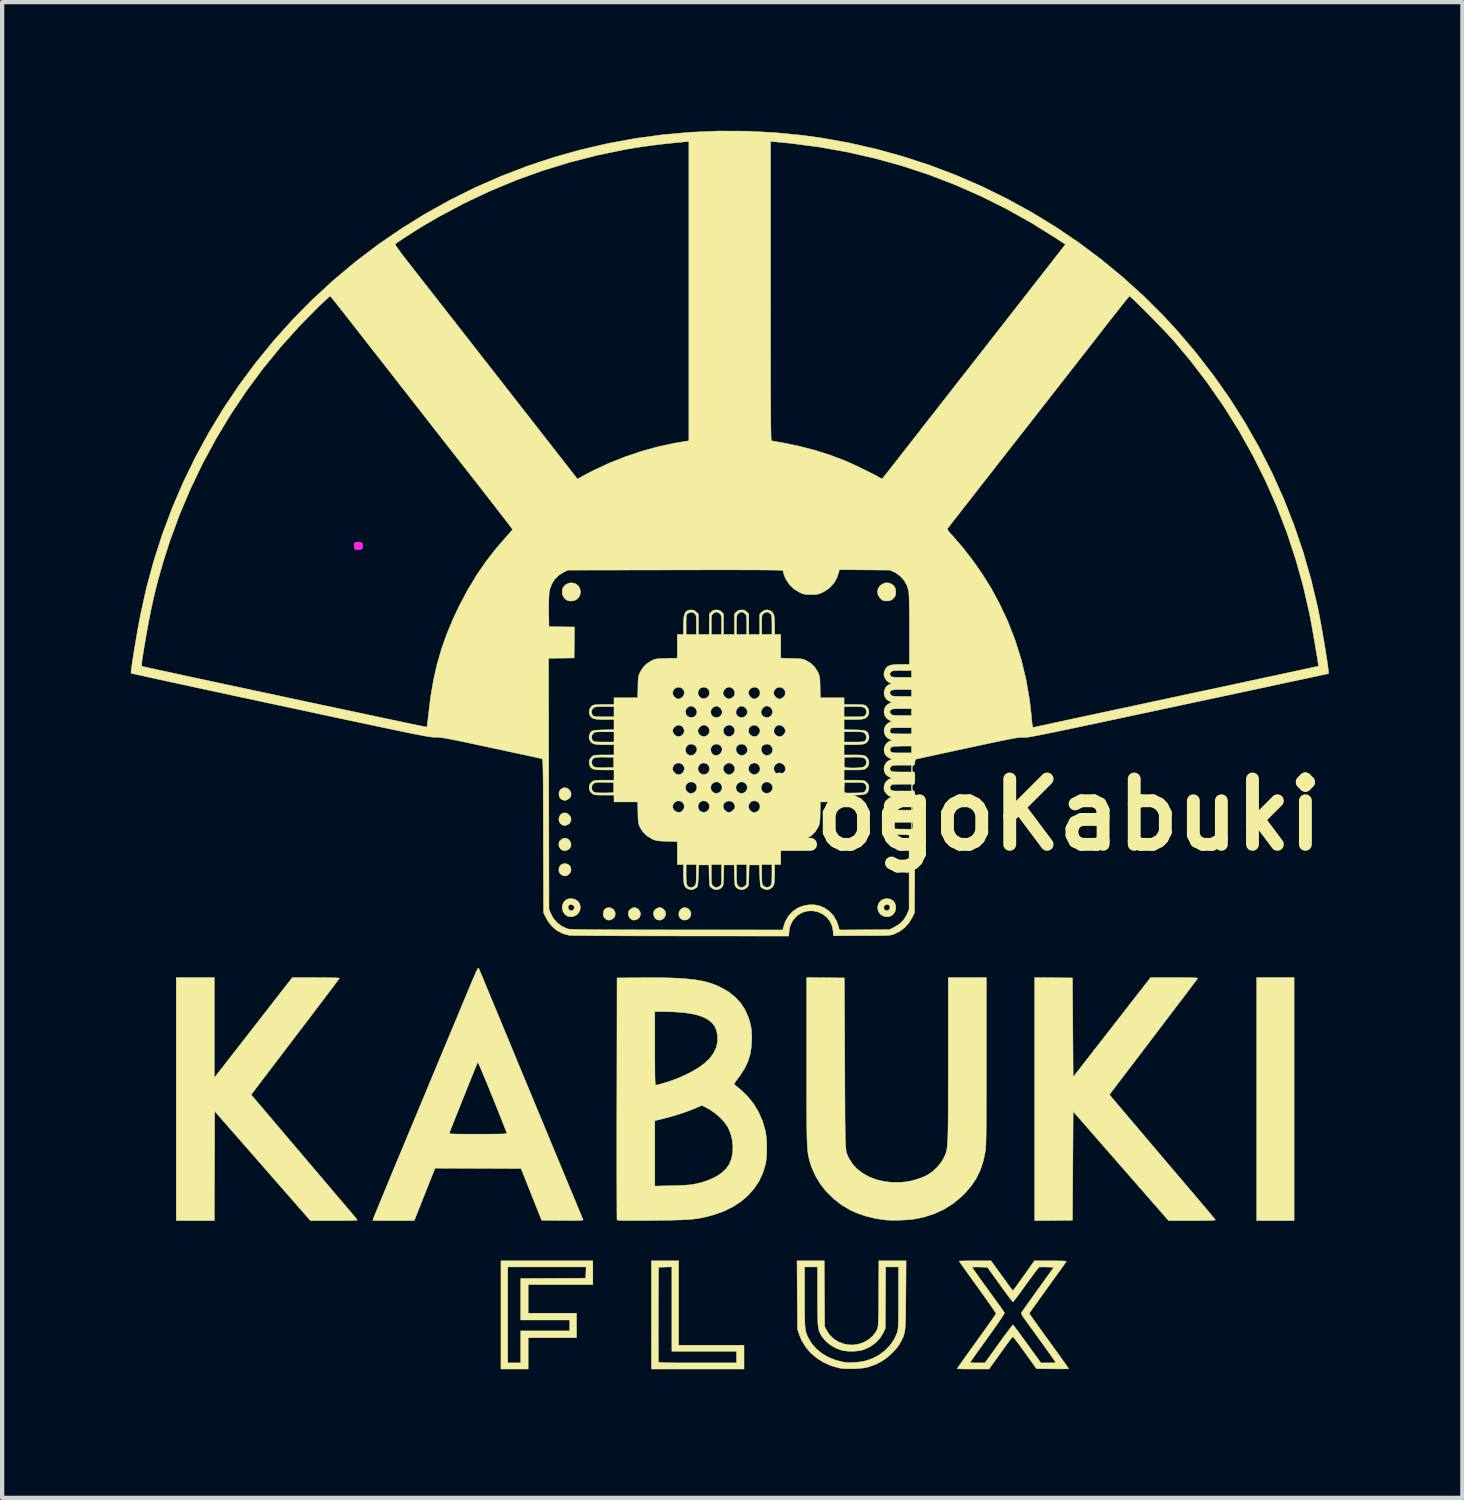
<source format=kicad_pcb>
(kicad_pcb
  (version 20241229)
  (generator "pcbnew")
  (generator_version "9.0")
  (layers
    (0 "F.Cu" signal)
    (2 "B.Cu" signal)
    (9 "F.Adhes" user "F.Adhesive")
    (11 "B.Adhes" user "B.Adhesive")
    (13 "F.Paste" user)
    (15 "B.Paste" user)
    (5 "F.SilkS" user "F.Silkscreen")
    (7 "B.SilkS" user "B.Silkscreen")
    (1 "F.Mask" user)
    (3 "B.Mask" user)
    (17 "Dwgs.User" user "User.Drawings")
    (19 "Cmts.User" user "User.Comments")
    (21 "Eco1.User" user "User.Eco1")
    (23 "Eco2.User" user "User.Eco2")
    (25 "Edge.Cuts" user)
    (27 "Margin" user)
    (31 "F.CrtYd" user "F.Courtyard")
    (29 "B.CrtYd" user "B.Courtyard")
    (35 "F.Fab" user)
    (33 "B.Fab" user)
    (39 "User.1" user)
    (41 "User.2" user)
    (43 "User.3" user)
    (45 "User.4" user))
  (footprint "LogoKabuki"
    (layer "F.Cu")
    (at 14.267 14.649)
    (property "Reference" "LogoKabuki" (at 6.99 1.3 0) (layer "F.SilkS") (effects (font (size 1.524 1.524) (thickness 0.3))))
    (attr through_hole)
    (fp_poly (pts (xy 12.859 10.763) (xy 11.986 10.763) (xy 11.986 5.096) (xy 12.859 5.096) (xy 12.859 10.763)) (stroke (width 0.01) (type solid)) (fill yes) (layer "F.SilkS"))
    (fp_poly (pts (xy -3.029 3.493) (xy -2.99 3.537) (xy -2.971 3.593) (xy -2.975 3.653) (xy -3.004 3.706) (xy -3.049 3.739) (xy -3.105 3.756) (xy -3.156 3.753) (xy -3.159 3.752) (xy -3.216 3.714) (xy -3.248 3.658) (xy -3.254 3.613) (xy -3.241 3.543) (xy -3.206 3.494) (xy -3.152 3.468) (xy -3.087 3.468) (xy -3.029 3.493)) (stroke (width 0.01) (type solid)) (fill yes) (layer "F.SilkS"))
    (fp_poly (pts (xy -4.079 1.275) (xy -4.047 1.301) (xy -4.009 1.357) (xy -4 1.419) (xy -4.021 1.478) (xy -4.036 1.499) (xy -4.081 1.533) (xy -4.137 1.55) (xy -4.188 1.546) (xy -4.191 1.545) (xy -4.248 1.508) (xy -4.28 1.452) (xy -4.286 1.406) (xy -4.273 1.339) (xy -4.239 1.289) (xy -4.191 1.26) (xy -4.136 1.255) (xy -4.079 1.275)) (stroke (width 0.01) (type solid)) (fill yes) (layer "F.SilkS"))
    (fp_poly (pts (xy -4.079 2.451) (xy -4.033 2.485) (xy -4.006 2.535) (xy -4.001 2.592) (xy -4.02 2.65) (xy -4.047 2.684) (xy -4.102 2.722) (xy -4.16 2.728) (xy -4.219 2.703) (xy -4.237 2.689) (xy -4.271 2.655) (xy -4.284 2.617) (xy -4.286 2.581) (xy -4.274 2.513) (xy -4.237 2.466) (xy -4.179 2.441) (xy -4.141 2.438) (xy -4.079 2.451)) (stroke (width 0.01) (type solid)) (fill yes) (layer "F.SilkS"))
    (fp_poly (pts (xy -1.273 3.488) (xy -1.255 3.502) (xy -1.216 3.552) (xy -1.203 3.61) (xy -1.214 3.666) (xy -1.247 3.715) (xy -1.299 3.747) (xy -1.326 3.754) (xy -1.373 3.755) (xy -1.407 3.747) (xy -1.457 3.711) (xy -1.485 3.659) (xy -1.49 3.599) (xy -1.471 3.54) (xy -1.446 3.507) (xy -1.391 3.469) (xy -1.333 3.463) (xy -1.273 3.488)) (stroke (width 0.01) (type solid)) (fill yes) (layer "F.SilkS"))
    (fp_poly (pts (xy -4.063 1.873) (xy -4.047 1.888) (xy -4.009 1.945) (xy -4 2.006) (xy -4.021 2.066) (xy -4.036 2.087) (xy -4.081 2.12) (xy -4.137 2.137) (xy -4.188 2.134) (xy -4.191 2.133) (xy -4.248 2.095) (xy -4.28 2.039) (xy -4.286 1.991) (xy -4.281 1.941) (xy -4.262 1.906) (xy -4.237 1.883) (xy -4.178 1.848) (xy -4.119 1.845) (xy -4.063 1.873)) (stroke (width 0.01) (type solid)) (fill yes) (layer "F.SilkS"))
    (fp_poly (pts (xy -2.444 3.492) (xy -2.428 3.507) (xy -2.39 3.564) (xy -2.381 3.625) (xy -2.401 3.685) (xy -2.417 3.706) (xy -2.462 3.739) (xy -2.517 3.756) (xy -2.569 3.753) (xy -2.572 3.752) (xy -2.628 3.714) (xy -2.66 3.658) (xy -2.667 3.61) (xy -2.662 3.561) (xy -2.643 3.525) (xy -2.618 3.502) (xy -2.558 3.467) (xy -2.5 3.464) (xy -2.444 3.492)) (stroke (width 0.01) (type solid)) (fill yes) (layer "F.SilkS"))
    (fp_poly (pts (xy -1.893 3.471) (xy -1.848 3.498) (xy -1.843 3.502) (xy -1.805 3.55) (xy -1.793 3.604) (xy -1.803 3.658) (xy -1.832 3.706) (xy -1.874 3.741) (xy -1.927 3.758) (xy -1.987 3.75) (xy -1.995 3.747) (xy -2.042 3.711) (xy -2.072 3.654) (xy -2.08 3.602) (xy -2.073 3.554) (xy -2.047 3.516) (xy -2.031 3.502) (xy -1.986 3.474) (xy -1.941 3.461) (xy -1.937 3.461) (xy -1.893 3.471)) (stroke (width 0.01) (type solid)) (fill yes) (layer "F.SilkS"))
    (fp_poly (pts (xy -4.087 0.683) (xy -4.043 0.716) (xy -4.012 0.762) (xy -3.999 0.817) (xy -4.01 0.876) (xy -4.018 0.891) (xy -4.038 0.913) (xy -4.073 0.937) (xy -4.11 0.957) (xy -4.14 0.967) (xy -4.147 0.966) (xy -4.164 0.962) (xy -4.187 0.957) (xy -4.235 0.934) (xy -4.268 0.89) (xy -4.284 0.834) (xy -4.281 0.775) (xy -4.256 0.722) (xy -4.244 0.709) (xy -4.193 0.675) (xy -4.139 0.668) (xy -4.087 0.683)) (stroke (width 0.01) (type solid)) (fill yes) (layer "F.SilkS"))
    (fp_poly (pts (xy -3.901 -4.089) (xy -3.841 -4.046) (xy -3.807 -4) (xy -3.783 -3.925) (xy -3.786 -3.851) (xy -3.813 -3.784) (xy -3.86 -3.73) (xy -3.923 -3.695) (xy -3.994 -3.684) (xy -4.044 -3.688) (xy -4.085 -3.697) (xy -4.089 -3.698) (xy -4.121 -3.719) (xy -4.157 -3.753) (xy -4.165 -3.762) (xy -4.196 -3.821) (xy -4.209 -3.892) (xy -4.202 -3.963) (xy -4.174 -4.022) (xy -4.174 -4.022) (xy -4.114 -4.076) (xy -4.044 -4.104) (xy -3.971 -4.108) (xy -3.901 -4.089)) (stroke (width 0.01) (type solid)) (fill yes) (layer "F.SilkS"))
    (fp_poly (pts (xy 3.46 -4.088) (xy 3.523 -4.043) (xy 3.559 -3.982) (xy 3.572 -3.903) (xy 3.572 -3.895) (xy 3.569 -3.84) (xy 3.557 -3.801) (xy 3.53 -3.764) (xy 3.519 -3.752) (xy 3.482 -3.716) (xy 3.446 -3.698) (xy 3.398 -3.689) (xy 3.38 -3.688) (xy 3.32 -3.687) (xy 3.276 -3.697) (xy 3.246 -3.714) (xy 3.194 -3.765) (xy 3.157 -3.83) (xy 3.143 -3.897) (xy 3.158 -3.971) (xy 3.196 -4.033) (xy 3.253 -4.079) (xy 3.321 -4.106) (xy 3.394 -4.109) (xy 3.46 -4.088)) (stroke (width 0.01) (type solid)) (fill yes) (layer "F.SilkS"))
    (fp_poly (pts (xy -3.493 12.255) (xy -5.001 12.255) (xy -5.001 12.922) (xy -3.873 12.922) (xy -3.873 13.494) (xy -5.001 13.494) (xy -5.001 14.224) (xy -5.636 14.224) (xy -5.636 11.843) (xy -5.477 11.843) (xy -5.477 14.081) (xy -5.175 14.081) (xy -5.175 13.335) (xy -4.032 13.335) (xy -4.032 13.081) (xy -5.175 13.081) (xy -5.175 12.113) (xy -4.417 12.109) (xy -3.659 12.105) (xy -3.655 11.974) (xy -3.65 11.843) (xy -5.477 11.843) (xy -5.636 11.843) (xy -5.636 11.7) (xy -3.493 11.7) (xy -3.493 12.255)) (stroke (width 0.01) (type solid)) (fill yes) (layer "F.SilkS"))
    (fp_poly (pts (xy -3.967 3.256) (xy -3.896 3.279) (xy -3.837 3.321) (xy -3.8 3.377) (xy -3.783 3.453) (xy -3.793 3.524) (xy -3.825 3.588) (xy -3.875 3.638) (xy -3.938 3.67) (xy -4.009 3.68) (xy -4.084 3.663) (xy -4.089 3.661) (xy -4.149 3.619) (xy -4.188 3.559) (xy -4.207 3.489) (xy -4.206 3.469) (xy -4.07 3.469) (xy -4.056 3.503) (xy -4.021 3.534) (xy -3.979 3.536) (xy -3.946 3.515) (xy -3.923 3.475) (xy -3.931 3.434) (xy -3.96 3.404) (xy -4.004 3.39) (xy -4.041 3.4) (xy -4.065 3.429) (xy -4.07 3.469) (xy -4.206 3.469) (xy -4.204 3.417) (xy -4.179 3.35) (xy -4.133 3.295) (xy -4.111 3.28) (xy -4.042 3.256) (xy -3.967 3.256)) (stroke (width 0.01) (type solid)) (fill yes) (layer "F.SilkS"))
    (fp_poly (pts (xy 3.445 3.267) (xy 3.509 3.305) (xy 3.552 3.365) (xy 3.571 3.445) (xy 3.572 3.469) (xy 3.558 3.548) (xy 3.52 3.612) (xy 3.464 3.657) (xy 3.395 3.679) (xy 3.318 3.674) (xy 3.277 3.66) (xy 3.211 3.618) (xy 3.169 3.561) (xy 3.15 3.496) (xy 3.15 3.481) (xy 3.29 3.481) (xy 3.311 3.515) (xy 3.352 3.538) (xy 3.392 3.531) (xy 3.421 3.503) (xy 3.436 3.458) (xy 3.426 3.421) (xy 3.398 3.396) (xy 3.359 3.391) (xy 3.325 3.404) (xy 3.293 3.44) (xy 3.29 3.481) (xy 3.15 3.481) (xy 3.151 3.429) (xy 3.173 3.366) (xy 3.213 3.311) (xy 3.271 3.273) (xy 3.346 3.255) (xy 3.361 3.254) (xy 3.445 3.267)) (stroke (width 0.01) (type solid)) (fill yes) (layer "F.SilkS"))
    (fp_poly (pts (xy -1.492 13.668) (xy 0.032 13.668) (xy 0.032 14.224) (xy -2.127 14.224) (xy -2.127 13.468) (xy -1.966 13.468) (xy -1.966 13.617) (xy -1.965 13.748) (xy -1.965 13.86) (xy -1.964 13.95) (xy -1.963 14.015) (xy -1.962 14.053) (xy -1.961 14.061) (xy -1.953 14.066) (xy -1.931 14.069) (xy -1.893 14.073) (xy -1.838 14.075) (xy -1.762 14.077) (xy -1.664 14.079) (xy -1.542 14.08) (xy -1.395 14.081) (xy -1.219 14.081) (xy -1.048 14.081) (xy -0.143 14.081) (xy -0.143 13.811) (xy -1.651 13.811) (xy -1.651 11.842) (xy -1.806 11.846) (xy -1.961 11.851) (xy -1.965 12.946) (xy -1.965 13.13) (xy -1.966 13.305) (xy -1.966 13.468) (xy -2.127 13.468) (xy -2.127 11.7) (xy -1.492 11.7) (xy -1.492 13.668)) (stroke (width 0.01) (type solid)) (fill yes) (layer "F.SilkS"))
    (fp_poly (pts (xy -12.319 7.432) (xy -11.41 6.264) (xy -10.501 5.096) (xy -9.948 5.096) (xy -9.797 5.097) (xy -9.667 5.098) (xy -9.56 5.1) (xy -9.48 5.102) (xy -9.426 5.106) (xy -9.402 5.109) (xy -9.401 5.111) (xy -9.411 5.125) (xy -9.439 5.163) (xy -9.484 5.223) (xy -9.544 5.304) (xy -9.619 5.402) (xy -9.706 5.518) (xy -9.805 5.649) (xy -9.915 5.794) (xy -10.034 5.951) (xy -10.161 6.118) (xy -10.295 6.293) (xy -10.434 6.476) (xy -10.434 6.476) (xy -11.461 7.827) (xy -10.966 8.41) (xy -10.857 8.538) (xy -10.732 8.685) (xy -10.595 8.847) (xy -10.45 9.018) (xy -10.301 9.193) (xy -10.153 9.368) (xy -10.009 9.537) (xy -9.874 9.696) (xy -9.844 9.731) (xy -9.728 9.868) (xy -9.616 10) (xy -9.509 10.127) (xy -9.409 10.244) (xy -9.319 10.35) (xy -9.24 10.443) (xy -9.176 10.518) (xy -9.128 10.574) (xy -9.101 10.606) (xy -9.055 10.661) (xy -9.018 10.708) (xy -8.993 10.74) (xy -8.985 10.753) (xy -9.001 10.755) (xy -9.044 10.758) (xy -9.112 10.76) (xy -9.201 10.761) (xy -9.307 10.762) (xy -9.426 10.763) (xy -9.532 10.763) (xy -10.079 10.763) (xy -11.195 9.488) (xy -12.311 8.212) (xy -12.315 9.488) (xy -12.319 10.763) (xy -13.208 10.763) (xy -13.208 5.096) (xy -12.319 5.096) (xy -12.319 7.432)) (stroke (width 0.01) (type solid)) (fill yes) (layer "F.SilkS"))
    (fp_poly (pts (xy 7.691 5.104) (xy 7.699 6.259) (xy 7.707 7.415) (xy 8.61 6.255) (xy 9.512 5.096) (xy 10.067 5.096) (xy 10.22 5.096) (xy 10.343 5.097) (xy 10.439 5.098) (xy 10.511 5.1) (xy 10.562 5.103) (xy 10.594 5.106) (xy 10.609 5.111) (xy 10.61 5.116) (xy 10.599 5.132) (xy 10.569 5.172) (xy 10.521 5.234) (xy 10.457 5.319) (xy 10.378 5.425) (xy 10.283 5.55) (xy 10.174 5.693) (xy 10.052 5.854) (xy 9.918 6.031) (xy 9.772 6.222) (xy 9.616 6.428) (xy 9.45 6.646) (xy 9.275 6.876) (xy 9.092 7.117) (xy 8.914 7.35) (xy 8.841 7.446) (xy 8.772 7.536) (xy 8.711 7.617) (xy 8.659 7.685) (xy 8.621 7.736) (xy 8.598 7.766) (xy 8.597 7.767) (xy 8.553 7.826) (xy 8.623 7.91) (xy 8.667 7.961) (xy 8.728 8.033) (xy 8.804 8.123) (xy 8.893 8.228) (xy 8.993 8.347) (xy 9.102 8.476) (xy 9.218 8.612) (xy 9.339 8.755) (xy 9.463 8.901) (xy 9.587 9.047) (xy 9.71 9.192) (xy 9.829 9.332) (xy 9.942 9.466) (xy 10.048 9.59) (xy 10.144 9.703) (xy 10.228 9.802) (xy 10.298 9.884) (xy 10.351 9.948) (xy 10.387 9.99) (xy 10.39 9.993) (xy 10.516 10.14) (xy 10.63 10.275) (xy 10.733 10.396) (xy 10.823 10.502) (xy 10.897 10.591) (xy 10.956 10.661) (xy 10.997 10.711) (xy 11.019 10.739) (xy 11.023 10.743) (xy 11.02 10.749) (xy 11.003 10.753) (xy 10.969 10.757) (xy 10.916 10.759) (xy 10.84 10.761) (xy 10.74 10.762) (xy 10.614 10.763) (xy 10.482 10.763) (xy 9.93 10.762) (xy 7.707 8.218) (xy 7.699 9.487) (xy 7.691 10.755) (xy 6.81 10.764) (xy 6.81 5.095) (xy 7.691 5.104)) (stroke (width 0.01) (type solid)) (fill yes) (layer "F.SilkS"))
    (fp_poly (pts (xy 2.373 5.104) (xy 2.382 7.096) (xy 2.383 7.392) (xy 2.384 7.657) (xy 2.385 7.894) (xy 2.386 8.105) (xy 2.387 8.29) (xy 2.388 8.453) (xy 2.39 8.595) (xy 2.392 8.717) (xy 2.394 8.821) (xy 2.397 8.909) (xy 2.4 8.982) (xy 2.404 9.043) (xy 2.409 9.094) (xy 2.414 9.135) (xy 2.421 9.169) (xy 2.428 9.197) (xy 2.436 9.221) (xy 2.446 9.243) (xy 2.456 9.265) (xy 2.468 9.288) (xy 2.478 9.308) (xy 2.561 9.442) (xy 2.67 9.56) (xy 2.802 9.661) (xy 2.953 9.744) (xy 3.121 9.808) (xy 3.302 9.851) (xy 3.495 9.872) (xy 3.696 9.87) (xy 3.821 9.857) (xy 3.937 9.835) (xy 4.063 9.8) (xy 4.184 9.757) (xy 4.29 9.709) (xy 4.313 9.697) (xy 4.434 9.614) (xy 4.545 9.51) (xy 4.636 9.394) (xy 4.684 9.312) (xy 4.7 9.281) (xy 4.714 9.252) (xy 4.726 9.224) (xy 4.738 9.195) (xy 4.747 9.163) (xy 4.756 9.127) (xy 4.764 9.084) (xy 4.77 9.034) (xy 4.775 8.973) (xy 4.78 8.901) (xy 4.784 8.816) (xy 4.787 8.716) (xy 4.789 8.599) (xy 4.791 8.463) (xy 4.792 8.307) (xy 4.793 8.129) (xy 4.793 7.927) (xy 4.793 7.699) (xy 4.794 7.444) (xy 4.794 7.16) (xy 4.794 7.013) (xy 4.794 5.096) (xy 5.683 5.096) (xy 5.683 7.045) (xy 5.683 7.343) (xy 5.683 7.611) (xy 5.683 7.85) (xy 5.682 8.063) (xy 5.682 8.251) (xy 5.681 8.416) (xy 5.68 8.559) (xy 5.678 8.682) (xy 5.677 8.787) (xy 5.675 8.876) (xy 5.673 8.949) (xy 5.671 9.01) (xy 5.668 9.059) (xy 5.665 9.098) (xy 5.662 9.129) (xy 5.66 9.144) (xy 5.612 9.375) (xy 5.542 9.586) (xy 5.447 9.78) (xy 5.325 9.962) (xy 5.176 10.134) (xy 5.1 10.208) (xy 4.908 10.366) (xy 4.699 10.498) (xy 4.472 10.603) (xy 4.229 10.681) (xy 4.024 10.724) (xy 3.917 10.738) (xy 3.791 10.748) (xy 3.656 10.754) (xy 3.523 10.756) (xy 3.402 10.753) (xy 3.318 10.747) (xy 3.095 10.713) (xy 2.875 10.66) (xy 2.668 10.589) (xy 2.514 10.52) (xy 2.31 10.4) (xy 2.125 10.258) (xy 1.959 10.095) (xy 1.816 9.915) (xy 1.698 9.72) (xy 1.606 9.514) (xy 1.557 9.356) (xy 1.548 9.317) (xy 1.54 9.281) (xy 1.532 9.243) (xy 1.525 9.203) (xy 1.519 9.159) (xy 1.514 9.109) (xy 1.51 9.051) (xy 1.506 8.983) (xy 1.503 8.904) (xy 1.5 8.811) (xy 1.498 8.703) (xy 1.496 8.579) (xy 1.495 8.435) (xy 1.494 8.271) (xy 1.493 8.084) (xy 1.493 7.874) (xy 1.492 7.637) (xy 1.492 7.372) (xy 1.492 7.078) (xy 1.492 5.095) (xy 2.373 5.104)) (stroke (width 0.01) (type solid)) (fill yes) (layer "F.SilkS"))
    (fp_poly (pts (xy -6.156 4.877) (xy -6.151 4.885) (xy -6.147 4.894) (xy -6.136 4.921) (xy -6.114 4.974) (xy -6.082 5.05) (xy -6.042 5.146) (xy -5.995 5.259) (xy -5.943 5.386) (xy -5.886 5.523) (xy -5.826 5.668) (xy -5.764 5.817) (xy -5.702 5.967) (xy -5.64 6.115) (xy -5.581 6.259) (xy -5.525 6.394) (xy -5.477 6.509) (xy -5.403 6.688) (xy -5.323 6.882) (xy -5.238 7.088) (xy -5.148 7.304) (xy -5.055 7.528) (xy -4.959 7.759) (xy -4.862 7.994) (xy -4.763 8.232) (xy -4.664 8.47) (xy -4.566 8.706) (xy -4.47 8.939) (xy -4.375 9.166) (xy -4.284 9.386) (xy -4.197 9.597) (xy -4.114 9.796) (xy -4.037 9.982) (xy -3.966 10.152) (xy -3.902 10.305) (xy -3.847 10.439) (xy -3.8 10.551) (xy -3.763 10.641) (xy -3.736 10.705) (xy -3.721 10.742) (xy -3.72 10.744) (xy -3.723 10.749) (xy -3.741 10.754) (xy -3.775 10.757) (xy -3.829 10.759) (xy -3.906 10.76) (xy -4.007 10.761) (xy -4.137 10.76) (xy -4.199 10.76) (xy -4.687 10.755) (xy -5.167 9.549) (xy -6.17 9.545) (xy -7.173 9.541) (xy -7.415 10.152) (xy -7.657 10.763) (xy -8.624 10.763) (xy -8.616 10.728) (xy -8.609 10.709) (xy -8.591 10.663) (xy -8.561 10.591) (xy -8.522 10.494) (xy -8.473 10.375) (xy -8.415 10.235) (xy -8.349 10.076) (xy -8.276 9.899) (xy -8.196 9.706) (xy -8.11 9.498) (xy -8.018 9.278) (xy -7.922 9.048) (xy -7.822 8.808) (xy -7.788 8.726) (xy -6.838 8.726) (xy -6.834 8.732) (xy -6.821 8.736) (xy -6.797 8.74) (xy -6.76 8.742) (xy -6.707 8.744) (xy -6.634 8.746) (xy -6.54 8.746) (xy -6.422 8.747) (xy -6.276 8.747) (xy -6.168 8.747) (xy -5.997 8.747) (xy -5.856 8.746) (xy -5.742 8.745) (xy -5.653 8.744) (xy -5.586 8.742) (xy -5.54 8.739) (xy -5.511 8.735) (xy -5.498 8.731) (xy -5.497 8.727) (xy -5.546 8.6) (xy -5.6 8.463) (xy -5.657 8.319) (xy -5.716 8.171) (xy -5.776 8.021) (xy -5.837 7.872) (xy -5.895 7.728) (xy -5.951 7.591) (xy -6.004 7.464) (xy -6.052 7.349) (xy -6.093 7.25) (xy -6.128 7.17) (xy -6.154 7.111) (xy -6.171 7.076) (xy -6.177 7.068) (xy -6.185 7.087) (xy -6.204 7.132) (xy -6.231 7.2) (xy -6.267 7.287) (xy -6.309 7.391) (xy -6.356 7.508) (xy -6.407 7.634) (xy -6.46 7.767) (xy -6.515 7.903) (xy -6.569 8.039) (xy -6.622 8.171) (xy -6.672 8.296) (xy -6.718 8.412) (xy -6.758 8.513) (xy -6.792 8.598) (xy -6.817 8.663) (xy -6.833 8.705) (xy -6.838 8.719) (xy -6.838 8.726) (xy -7.788 8.726) (xy -7.724 8.572) (xy -7.614 8.309) (xy -7.503 8.043) (xy -7.392 7.777) (xy -7.283 7.513) (xy -7.175 7.255) (xy -7.071 7.005) (xy -6.971 6.765) (xy -6.876 6.538) (xy -6.788 6.326) (xy -6.707 6.133) (xy -6.635 5.96) (xy -6.573 5.81) (xy -6.521 5.686) (xy -6.505 5.648) (xy -6.432 5.474) (xy -6.371 5.327) (xy -6.32 5.205) (xy -6.278 5.107) (xy -6.244 5.029) (xy -6.218 4.969) (xy -6.197 4.926) (xy -6.182 4.898) (xy -6.171 4.882) (xy -6.162 4.876) (xy -6.156 4.877)) (stroke (width 0.01) (type solid)) (fill yes) (layer "F.SilkS"))
    (fp_poly (pts (xy 1.908 12.466) (xy 1.913 13.232) (xy 1.957 13.321) (xy 2.027 13.428) (xy 2.121 13.519) (xy 2.235 13.591) (xy 2.365 13.64) (xy 2.437 13.656) (xy 2.569 13.663) (xy 2.7 13.644) (xy 2.825 13.601) (xy 2.938 13.536) (xy 3.035 13.452) (xy 3.11 13.352) (xy 3.131 13.311) (xy 3.139 13.292) (xy 3.146 13.274) (xy 3.152 13.252) (xy 3.156 13.225) (xy 3.16 13.19) (xy 3.163 13.142) (xy 3.165 13.081) (xy 3.167 13.002) (xy 3.169 12.903) (xy 3.17 12.78) (xy 3.171 12.632) (xy 3.172 12.466) (xy 3.176 11.7) (xy 3.812 11.7) (xy 3.806 12.498) (xy 3.804 12.685) (xy 3.803 12.844) (xy 3.801 12.978) (xy 3.799 13.089) (xy 3.795 13.18) (xy 3.79 13.255) (xy 3.784 13.317) (xy 3.775 13.369) (xy 3.764 13.414) (xy 3.751 13.455) (xy 3.734 13.495) (xy 3.714 13.537) (xy 3.69 13.584) (xy 3.688 13.589) (xy 3.645 13.663) (xy 3.593 13.734) (xy 3.524 13.811) (xy 3.493 13.843) (xy 3.369 13.955) (xy 3.243 14.043) (xy 3.105 14.114) (xy 2.948 14.171) (xy 2.896 14.185) (xy 2.826 14.199) (xy 2.733 14.209) (xy 2.627 14.216) (xy 2.516 14.218) (xy 2.409 14.217) (xy 2.316 14.21) (xy 2.254 14.201) (xy 2.063 14.147) (xy 1.887 14.069) (xy 1.727 13.968) (xy 1.587 13.848) (xy 1.469 13.709) (xy 1.376 13.556) (xy 1.322 13.424) (xy 1.279 13.295) (xy 1.273 12.498) (xy 1.269 11.843) (xy 1.445 11.843) (xy 1.445 12.545) (xy 1.445 12.722) (xy 1.445 12.871) (xy 1.447 12.994) (xy 1.449 13.096) (xy 1.452 13.178) (xy 1.457 13.245) (xy 1.464 13.3) (xy 1.472 13.346) (xy 1.484 13.386) (xy 1.498 13.424) (xy 1.514 13.463) (xy 1.529 13.494) (xy 1.613 13.634) (xy 1.723 13.759) (xy 1.857 13.866) (xy 2.01 13.954) (xy 2.181 14.021) (xy 2.366 14.065) (xy 2.373 14.066) (xy 2.459 14.074) (xy 2.563 14.073) (xy 2.676 14.065) (xy 2.784 14.05) (xy 2.864 14.034) (xy 3.029 13.977) (xy 3.182 13.896) (xy 3.318 13.794) (xy 3.435 13.674) (xy 3.529 13.54) (xy 3.597 13.394) (xy 3.61 13.352) (xy 3.616 13.327) (xy 3.621 13.296) (xy 3.625 13.256) (xy 3.629 13.204) (xy 3.631 13.137) (xy 3.633 13.052) (xy 3.634 12.945) (xy 3.635 12.815) (xy 3.635 12.658) (xy 3.635 12.554) (xy 3.635 11.843) (xy 3.335 11.843) (xy 3.331 12.561) (xy 3.326 13.279) (xy 3.275 13.388) (xy 3.202 13.505) (xy 3.104 13.609) (xy 2.986 13.696) (xy 2.852 13.761) (xy 2.77 13.787) (xy 2.707 13.799) (xy 2.629 13.807) (xy 2.55 13.811) (xy 2.54 13.811) (xy 2.462 13.808) (xy 2.383 13.8) (xy 2.317 13.789) (xy 2.31 13.787) (xy 2.177 13.738) (xy 2.052 13.667) (xy 1.942 13.577) (xy 1.855 13.474) (xy 1.834 13.441) (xy 1.814 13.405) (xy 1.797 13.371) (xy 1.784 13.335) (xy 1.773 13.295) (xy 1.764 13.246) (xy 1.757 13.186) (xy 1.753 13.112) (xy 1.75 13.02) (xy 1.748 12.907) (xy 1.747 12.77) (xy 1.746 12.606) (xy 1.746 12.521) (xy 1.746 11.843) (xy 1.445 11.843) (xy 1.269 11.843) (xy 1.268 11.7) (xy 1.903 11.7) (xy 1.908 12.466)) (stroke (width 0.01) (type solid)) (fill yes) (layer "F.SilkS"))
    (fp_poly (pts (xy -1.84 5.1) (xy -1.626 5.106) (xy -1.436 5.115) (xy -1.266 5.129) (xy -1.115 5.146) (xy -0.979 5.169) (xy -0.856 5.196) (xy -0.742 5.229) (xy -0.636 5.268) (xy -0.535 5.313) (xy -0.504 5.328) (xy -0.324 5.432) (xy -0.172 5.553) (xy -0.045 5.691) (xy 0.057 5.848) (xy 0.135 6.026) (xy 0.17 6.142) (xy 0.189 6.218) (xy 0.201 6.289) (xy 0.208 6.364) (xy 0.212 6.454) (xy 0.212 6.509) (xy 0.204 6.704) (xy 0.176 6.883) (xy 0.124 7.05) (xy 0.048 7.212) (xy -0.055 7.374) (xy -0.129 7.472) (xy -0.165 7.52) (xy -0.189 7.56) (xy -0.198 7.583) (xy -0.197 7.586) (xy -0.179 7.601) (xy -0.143 7.631) (xy -0.094 7.671) (xy -0.054 7.704) (xy 0.111 7.859) (xy 0.253 8.036) (xy 0.371 8.23) (xy 0.463 8.44) (xy 0.528 8.662) (xy 0.534 8.694) (xy 0.549 8.79) (xy 0.558 8.906) (xy 0.562 9.032) (xy 0.561 9.159) (xy 0.555 9.279) (xy 0.545 9.383) (xy 0.534 9.442) (xy 0.472 9.65) (xy 0.382 9.843) (xy 0.265 10.02) (xy 0.123 10.18) (xy -0.044 10.322) (xy -0.234 10.444) (xy -0.447 10.548) (xy -0.683 10.631) (xy -0.731 10.644) (xy -0.815 10.666) (xy -0.894 10.685) (xy -0.971 10.701) (xy -1.049 10.715) (xy -1.133 10.726) (xy -1.225 10.735) (xy -1.328 10.742) (xy -1.447 10.747) (xy -1.584 10.751) (xy -1.743 10.755) (xy -1.928 10.757) (xy -2.107 10.759) (xy -2.293 10.761) (xy -2.45 10.762) (xy -2.579 10.762) (xy -2.684 10.762) (xy -2.767 10.761) (xy -2.83 10.76) (xy -2.875 10.757) (xy -2.905 10.754) (xy -2.922 10.75) (xy -2.929 10.745) (xy -2.929 10.745) (xy -2.93 10.727) (xy -2.931 10.679) (xy -2.931 10.603) (xy -2.932 10.499) (xy -2.932 10.37) (xy -2.933 10.218) (xy -2.933 10.043) (xy -2.934 9.848) (xy -2.934 9.635) (xy -2.934 9.404) (xy -2.934 9.157) (xy -2.934 8.896) (xy -2.934 8.623) (xy -2.934 8.434) (xy -2.048 8.434) (xy -2.048 9.958) (xy -1.663 9.949) (xy -1.495 9.945) (xy -1.353 9.938) (xy -1.239 9.929) (xy -1.155 9.918) (xy -1.142 9.916) (xy -0.947 9.871) (xy -0.772 9.81) (xy -0.619 9.737) (xy -0.489 9.651) (xy -0.386 9.554) (xy -0.313 9.45) (xy -0.262 9.325) (xy -0.233 9.184) (xy -0.227 9.035) (xy -0.243 8.883) (xy -0.28 8.734) (xy -0.338 8.597) (xy -0.355 8.568) (xy -0.428 8.465) (xy -0.524 8.361) (xy -0.637 8.263) (xy -0.758 8.178) (xy -0.851 8.126) (xy -0.951 8.077) (xy -1.104 8.143) (xy -1.284 8.214) (xy -1.486 8.283) (xy -1.699 8.346) (xy -1.838 8.382) (xy -2.048 8.434) (xy -2.934 8.434) (xy -2.934 8.339) (xy -2.933 8.047) (xy -2.933 7.914) (xy -2.931 6.747) (xy -2.048 6.747) (xy -2.048 6.94) (xy -2.047 7.104) (xy -2.046 7.241) (xy -2.045 7.352) (xy -2.044 7.439) (xy -2.041 7.506) (xy -2.039 7.554) (xy -2.035 7.584) (xy -2.031 7.6) (xy -2.028 7.604) (xy -2.003 7.6) (xy -1.958 7.59) (xy -1.9 7.574) (xy -1.889 7.571) (xy -1.688 7.51) (xy -1.497 7.438) (xy -1.302 7.349) (xy -1.22 7.309) (xy -1.038 7.204) (xy -0.886 7.093) (xy -0.764 6.976) (xy -0.674 6.852) (xy -0.614 6.722) (xy -0.585 6.587) (xy -0.587 6.446) (xy -0.589 6.434) (xy -0.609 6.333) (xy -0.64 6.253) (xy -0.686 6.184) (xy -0.739 6.13) (xy -0.824 6.066) (xy -0.93 6.013) (xy -1.057 5.97) (xy -1.209 5.936) (xy -1.386 5.912) (xy -1.59 5.897) (xy -1.822 5.89) (xy -1.869 5.89) (xy -2.048 5.89) (xy -2.048 6.747) (xy -2.931 6.747) (xy -2.929 5.104) (xy -2.349 5.099) (xy -2.08 5.098) (xy -1.84 5.1)) (stroke (width 0.01) (type solid)) (fill yes) (layer "F.SilkS"))
    (fp_poly (pts (xy 5.938 11.902) (xy 6 11.987) (xy 6.066 12.078) (xy 6.128 12.164) (xy 6.18 12.237) (xy 6.19 12.251) (xy 6.232 12.309) (xy 6.268 12.356) (xy 6.293 12.387) (xy 6.302 12.397) (xy 6.313 12.384) (xy 6.34 12.349) (xy 6.38 12.295) (xy 6.431 12.225) (xy 6.49 12.142) (xy 6.556 12.05) (xy 6.556 12.049) (xy 6.802 11.701) (xy 7.18 11.701) (xy 7.303 11.701) (xy 7.398 11.702) (xy 7.466 11.703) (xy 7.512 11.706) (xy 7.538 11.711) (xy 7.547 11.716) (xy 7.546 11.72) (xy 7.535 11.736) (xy 7.506 11.776) (xy 7.463 11.836) (xy 7.408 11.914) (xy 7.341 12.007) (xy 7.265 12.112) (xy 7.182 12.228) (xy 7.109 12.33) (xy 7.022 12.451) (xy 6.941 12.563) (xy 6.868 12.666) (xy 6.804 12.755) (xy 6.752 12.828) (xy 6.713 12.883) (xy 6.69 12.917) (xy 6.683 12.928) (xy 6.692 12.942) (xy 6.718 12.979) (xy 6.759 13.037) (xy 6.814 13.114) (xy 6.879 13.206) (xy 6.955 13.311) (xy 7.039 13.427) (xy 7.129 13.551) (xy 7.144 13.572) (xy 7.234 13.698) (xy 7.319 13.815) (xy 7.396 13.922) (xy 7.464 14.017) (xy 7.52 14.096) (xy 7.563 14.157) (xy 7.592 14.198) (xy 7.604 14.216) (xy 7.604 14.216) (xy 7.589 14.219) (xy 7.546 14.22) (xy 7.481 14.221) (xy 7.397 14.221) (xy 7.298 14.221) (xy 7.228 14.22) (xy 6.852 14.216) (xy 6.584 13.843) (xy 6.515 13.748) (xy 6.452 13.661) (xy 6.397 13.587) (xy 6.352 13.529) (xy 6.32 13.489) (xy 6.304 13.471) (xy 6.303 13.47) (xy 6.288 13.482) (xy 6.26 13.514) (xy 6.224 13.561) (xy 6.203 13.589) (xy 6.166 13.641) (xy 6.115 13.711) (xy 6.055 13.795) (xy 5.99 13.884) (xy 5.931 13.966) (xy 5.744 14.224) (xy 5.372 14.224) (xy 5.267 14.224) (xy 5.174 14.223) (xy 5.097 14.221) (xy 5.039 14.22) (xy 5.007 14.217) (xy 5.001 14.216) (xy 5.01 14.202) (xy 5.035 14.165) (xy 5.076 14.107) (xy 5.101 14.072) (xy 5.302 14.072) (xy 5.317 14.076) (xy 5.357 14.079) (xy 5.416 14.081) (xy 5.475 14.081) (xy 5.649 14.081) (xy 5.969 13.637) (xy 6.045 13.532) (xy 6.115 13.437) (xy 6.177 13.353) (xy 6.229 13.284) (xy 6.268 13.232) (xy 6.294 13.2) (xy 6.302 13.192) (xy 6.314 13.205) (xy 6.342 13.24) (xy 6.384 13.295) (xy 6.438 13.367) (xy 6.501 13.454) (xy 6.572 13.551) (xy 6.634 13.637) (xy 6.955 14.081) (xy 7.129 14.081) (xy 7.199 14.08) (xy 7.255 14.079) (xy 7.292 14.076) (xy 7.303 14.073) (xy 7.294 14.059) (xy 7.267 14.02) (xy 7.223 13.956) (xy 7.16 13.869) (xy 7.08 13.756) (xy 6.981 13.618) (xy 6.864 13.456) (xy 6.771 13.327) (xy 6.711 13.245) (xy 6.655 13.167) (xy 6.604 13.097) (xy 6.565 13.043) (xy 6.544 13.013) (xy 6.516 12.969) (xy 6.5 12.932) (xy 6.498 12.916) (xy 6.509 12.898) (xy 6.536 12.858) (xy 6.578 12.798) (xy 6.633 12.721) (xy 6.698 12.629) (xy 6.772 12.526) (xy 6.852 12.414) (xy 6.882 12.372) (xy 7.257 11.851) (xy 7.095 11.846) (xy 7.024 11.845) (xy 6.965 11.845) (xy 6.925 11.847) (xy 6.912 11.849) (xy 6.899 11.863) (xy 6.869 11.9) (xy 6.826 11.957) (xy 6.771 12.03) (xy 6.708 12.116) (xy 6.638 12.211) (xy 6.604 12.258) (xy 6.533 12.357) (xy 6.467 12.448) (xy 6.409 12.526) (xy 6.361 12.589) (xy 6.326 12.634) (xy 6.306 12.657) (xy 6.302 12.66) (xy 6.29 12.648) (xy 6.262 12.613) (xy 6.22 12.558) (xy 6.166 12.486) (xy 6.104 12.401) (xy 6.034 12.306) (xy 5.998 12.255) (xy 5.707 11.851) (xy 5.528 11.846) (xy 5.457 11.845) (xy 5.4 11.846) (xy 5.362 11.848) (xy 5.35 11.851) (xy 5.359 11.866) (xy 5.384 11.903) (xy 5.423 11.959) (xy 5.474 12.03) (xy 5.533 12.113) (xy 5.599 12.205) (xy 5.599 12.205) (xy 5.674 12.308) (xy 5.75 12.414) (xy 5.824 12.515) (xy 5.89 12.607) (xy 5.945 12.683) (xy 5.974 12.722) (xy 6.021 12.788) (xy 6.061 12.845) (xy 6.09 12.889) (xy 6.106 12.914) (xy 6.107 12.916) (xy 6.1 12.933) (xy 6.075 12.973) (xy 6.036 13.033) (xy 5.984 13.11) (xy 5.92 13.203) (xy 5.847 13.307) (xy 5.766 13.42) (xy 5.709 13.5) (xy 5.624 13.618) (xy 5.545 13.728) (xy 5.474 13.827) (xy 5.412 13.913) (xy 5.363 13.983) (xy 5.327 14.035) (xy 5.306 14.065) (xy 5.302 14.072) (xy 5.101 14.072) (xy 5.13 14.03) (xy 5.196 13.938) (xy 5.271 13.833) (xy 5.354 13.717) (xy 5.444 13.593) (xy 5.455 13.577) (xy 5.545 13.452) (xy 5.63 13.334) (xy 5.706 13.226) (xy 5.773 13.131) (xy 5.829 13.052) (xy 5.871 12.99) (xy 5.899 12.948) (xy 5.91 12.929) (xy 5.91 12.929) (xy 5.901 12.913) (xy 5.876 12.874) (xy 5.835 12.814) (xy 5.781 12.737) (xy 5.716 12.644) (xy 5.641 12.539) (xy 5.559 12.424) (xy 5.48 12.314) (xy 5.392 12.192) (xy 5.31 12.078) (xy 5.236 11.975) (xy 5.172 11.885) (xy 5.12 11.811) (xy 5.08 11.755) (xy 5.056 11.72) (xy 5.048 11.708) (xy 5.063 11.706) (xy 5.106 11.704) (xy 5.171 11.702) (xy 5.255 11.701) (xy 5.354 11.7) (xy 5.42 11.7) (xy 5.791 11.7) (xy 5.938 11.902)) (stroke (width 0.01) (type solid)) (fill yes) (layer "F.SilkS"))
    (fp_poly (pts (xy 0.096 -14.641) (xy 0.753 -14.607) (xy 1.411 -14.542) (xy 1.826 -14.485) (xy 2.475 -14.369) (xy 3.117 -14.223) (xy 3.751 -14.047) (xy 4.374 -13.843) (xy 4.986 -13.61) (xy 5.586 -13.349) (xy 6.173 -13.06) (xy 6.746 -12.745) (xy 7.303 -12.404) (xy 7.844 -12.038) (xy 8.367 -11.646) (xy 8.871 -11.23) (xy 9.356 -10.791) (xy 9.82 -10.328) (xy 10.135 -9.987) (xy 10.572 -9.473) (xy 10.982 -8.943) (xy 11.365 -8.397) (xy 11.72 -7.836) (xy 12.047 -7.26) (xy 12.347 -6.669) (xy 12.618 -6.065) (xy 12.86 -5.447) (xy 13.074 -4.816) (xy 13.258 -4.173) (xy 13.407 -3.548) (xy 13.427 -3.449) (xy 13.449 -3.335) (xy 13.473 -3.209) (xy 13.498 -3.073) (xy 13.522 -2.933) (xy 13.547 -2.79) (xy 13.571 -2.649) (xy 13.593 -2.514) (xy 13.613 -2.386) (xy 13.631 -2.271) (xy 13.645 -2.171) (xy 13.656 -2.09) (xy 13.662 -2.031) (xy 13.664 -1.998) (xy 13.662 -1.992) (xy 13.645 -1.988) (xy 13.599 -1.978) (xy 13.524 -1.962) (xy 13.422 -1.94) (xy 13.295 -1.913) (xy 13.144 -1.88) (xy 12.97 -1.843) (xy 12.774 -1.801) (xy 12.559 -1.755) (xy 12.326 -1.705) (xy 12.075 -1.651) (xy 11.808 -1.594) (xy 11.528 -1.534) (xy 11.234 -1.471) (xy 10.929 -1.406) (xy 10.613 -1.339) (xy 10.289 -1.27) (xy 10.152 -1.24) (xy 9.763 -1.157) (xy 9.404 -1.08) (xy 9.073 -1.01) (xy 8.77 -0.945) (xy 8.492 -0.886) (xy 8.24 -0.832) (xy 8.011 -0.784) (xy 7.805 -0.74) (xy 7.62 -0.701) (xy 7.455 -0.667) (xy 7.308 -0.636) (xy 7.179 -0.61) (xy 7.067 -0.587) (xy 6.969 -0.567) (xy 6.885 -0.551) (xy 6.814 -0.537) (xy 6.754 -0.526) (xy 6.704 -0.518) (xy 6.663 -0.511) (xy 6.629 -0.507) (xy 6.602 -0.504) (xy 6.58 -0.502) (xy 6.562 -0.502) (xy 6.547 -0.502) (xy 6.54 -0.502) (xy 6.517 -0.504) (xy 6.491 -0.504) (xy 6.461 -0.502) (xy 6.425 -0.498) (xy 6.38 -0.492) (xy 6.324 -0.483) (xy 6.256 -0.47) (xy 6.171 -0.454) (xy 6.07 -0.433) (xy 5.948 -0.408) (xy 5.804 -0.378) (xy 5.636 -0.342) (xy 5.441 -0.3) (xy 5.234 -0.256) (xy 5.045 -0.215) (xy 4.864 -0.176) (xy 4.695 -0.14) (xy 4.54 -0.106) (xy 4.401 -0.075) (xy 4.28 -0.049) (xy 4.181 -0.027) (xy 4.105 -0.01) (xy 4.054 0.002) (xy 4.033 0.008) (xy 4.032 0.008) (xy 4.022 0.029) (xy 4.017 0.068) (xy 4.016 0.078) (xy 4.012 0.121) (xy 3.997 0.142) (xy 3.985 0.147) (xy 3.964 0.159) (xy 3.955 0.185) (xy 3.953 0.229) (xy 3.955 0.274) (xy 3.963 0.296) (xy 3.981 0.302) (xy 3.985 0.302) (xy 4 0.304) (xy 4.009 0.315) (xy 4.014 0.342) (xy 4.016 0.389) (xy 4.016 0.443) (xy 4.016 0.511) (xy 4.013 0.553) (xy 4.006 0.577) (xy 3.995 0.588) (xy 3.985 0.592) (xy 3.964 0.604) (xy 3.954 0.633) (xy 3.953 0.667) (xy 3.956 0.712) (xy 3.968 0.734) (xy 3.985 0.742) (xy 4 0.748) (xy 4.009 0.764) (xy 4.014 0.793) (xy 4.016 0.845) (xy 4.016 0.891) (xy 4.016 0.958) (xy 4.013 1) (xy 4.007 1.022) (xy 3.997 1.031) (xy 3.985 1.032) (xy 3.965 1.036) (xy 3.956 1.056) (xy 3.953 1.097) (xy 3.953 1.105) (xy 3.955 1.152) (xy 3.966 1.176) (xy 3.985 1.186) (xy 4 1.193) (xy 4.009 1.208) (xy 4.014 1.238) (xy 4.016 1.289) (xy 4.016 1.335) (xy 4.016 1.403) (xy 4.013 1.444) (xy 4.007 1.467) (xy 3.997 1.475) (xy 3.985 1.476) (xy 3.965 1.481) (xy 3.956 1.5) (xy 3.953 1.542) (xy 3.953 1.549) (xy 3.955 1.596) (xy 3.966 1.62) (xy 3.985 1.631) (xy 3.992 1.633) (xy 3.997 1.637) (xy 4.002 1.647) (xy 4.006 1.663) (xy 4.009 1.688) (xy 4.012 1.725) (xy 4.013 1.777) (xy 4.014 1.845) (xy 4.015 1.931) (xy 4.015 2.039) (xy 4.015 2.171) (xy 4.014 2.328) (xy 4.013 2.514) (xy 4.013 2.609) (xy 4.008 3.58) (xy 3.965 3.673) (xy 3.883 3.813) (xy 3.781 3.93) (xy 3.659 4.021) (xy 3.529 4.084) (xy 3.505 4.092) (xy 3.481 4.099) (xy 3.454 4.105) (xy 3.421 4.109) (xy 3.377 4.113) (xy 3.321 4.115) (xy 3.248 4.117) (xy 3.156 4.118) (xy 3.041 4.118) (xy 2.9 4.119) (xy 2.778 4.119) (xy 2.119 4.12) (xy 2.109 4.014) (xy 2.086 3.895) (xy 2.042 3.794) (xy 1.973 3.703) (xy 1.954 3.684) (xy 1.856 3.609) (xy 1.747 3.561) (xy 1.631 3.54) (xy 1.515 3.544) (xy 1.402 3.575) (xy 1.298 3.633) (xy 1.24 3.682) (xy 1.16 3.78) (xy 1.109 3.886) (xy 1.084 4.006) (xy 1.083 4.02) (xy 1.075 4.128) (xy -1.451 4.126) (xy -1.733 4.125) (xy -2.007 4.125) (xy -2.271 4.124) (xy -2.524 4.124) (xy -2.763 4.123) (xy -2.988 4.122) (xy -3.196 4.121) (xy -3.385 4.12) (xy -3.555 4.119) (xy -3.702 4.117) (xy -3.826 4.116) (xy -3.924 4.115) (xy -3.995 4.113) (xy -4.037 4.112) (xy -4.048 4.111) (xy -4.195 4.07) (xy -4.327 4.001) (xy -4.441 3.906) (xy -4.537 3.786) (xy -4.6 3.673) (xy -4.643 3.58) (xy -4.648 1.791) (xy -4.648 1.514) (xy -4.649 1.267) (xy -4.65 1.048) (xy -4.651 0.856) (xy -4.651 0.689) (xy -4.652 0.545) (xy -4.653 0.422) (xy -4.655 0.319) (xy -4.656 0.234) (xy -4.658 0.165) (xy -4.66 0.111) (xy -4.662 0.07) (xy -4.664 0.039) (xy -4.667 0.018) (xy -4.671 0.005) (xy -4.674 -0.003) (xy -4.679 -0.006) (xy -4.679 -0.007) (xy -4.699 -0.011) (xy -4.747 -0.022) (xy -4.822 -0.038) (xy -4.919 -0.06) (xy -5.038 -0.086) (xy -5.176 -0.115) (xy -5.329 -0.148) (xy -5.497 -0.184) (xy -5.675 -0.223) (xy -5.856 -0.262) (xy -6.074 -0.308) (xy -6.264 -0.349) (xy -6.428 -0.384) (xy -6.567 -0.413) (xy -6.686 -0.437) (xy -6.785 -0.457) (xy -6.867 -0.473) (xy -6.936 -0.485) (xy -6.992 -0.494) (xy -7.039 -0.5) (xy -7.079 -0.504) (xy -7.115 -0.507) (xy -7.148 -0.508) (xy -7.17 -0.508) (xy -7.189 -0.508) (xy -7.21 -0.509) (xy -7.233 -0.511) (xy -7.26 -0.513) (xy -7.293 -0.518) (xy -7.332 -0.523) (xy -7.378 -0.531) (xy -7.433 -0.541) (xy -7.499 -0.553) (xy -7.576 -0.568) (xy -7.665 -0.585) (xy -7.769 -0.606) (xy -7.887 -0.631) (xy -8.022 -0.659) (xy -8.175 -0.691) (xy -8.347 -0.727) (xy -8.539 -0.767) (xy -8.753 -0.813) (xy -8.989 -0.863) (xy -9.249 -0.918) (xy -9.535 -0.979) (xy -9.847 -1.046) (xy -10.186 -1.119) (xy -10.555 -1.198) (xy -10.791 -1.248) (xy -11.116 -1.318) (xy -11.434 -1.386) (xy -11.742 -1.452) (xy -12.038 -1.516) (xy -12.323 -1.577) (xy -12.593 -1.635) (xy -12.849 -1.691) (xy -13.087 -1.742) (xy -13.308 -1.79) (xy -13.51 -1.834) (xy -13.69 -1.873) (xy -13.849 -1.908) (xy -13.984 -1.938) (xy -14.094 -1.962) (xy -14.177 -1.981) (xy -14.233 -1.993) (xy -14.259 -2) (xy -14.262 -2.001) (xy -14.262 -2.019) (xy -14.258 -2.064) (xy -14.249 -2.134) (xy -14.24 -2.195) (xy -14.015 -2.195) (xy -14.013 -2.174) (xy -14.009 -2.165) (xy -14.007 -2.164) (xy -13.987 -2.159) (xy -13.938 -2.147) (xy -13.862 -2.13) (xy -13.76 -2.108) (xy -13.634 -2.08) (xy -13.486 -2.048) (xy -13.318 -2.012) (xy -13.131 -1.971) (xy -12.927 -1.927) (xy -12.708 -1.88) (xy -12.475 -1.83) (xy -12.231 -1.778) (xy -11.976 -1.723) (xy -11.714 -1.667) (xy -11.445 -1.609) (xy -11.171 -1.551) (xy -10.894 -1.492) (xy -10.616 -1.432) (xy -10.338 -1.373) (xy -10.063 -1.314) (xy -9.791 -1.256) (xy -9.525 -1.2) (xy -9.267 -1.145) (xy -9.017 -1.092) (xy -8.778 -1.041) (xy -8.552 -0.993) (xy -8.341 -0.948) (xy -8.145 -0.907) (xy -7.967 -0.869) (xy -7.809 -0.836) (xy -7.672 -0.807) (xy -7.558 -0.784) (xy -7.468 -0.765) (xy -7.405 -0.753) (xy -7.371 -0.746) (xy -7.364 -0.745) (xy -7.359 -0.763) (xy -7.353 -0.807) (xy -7.344 -0.873) (xy -7.335 -0.954) (xy -7.327 -1.031) (xy -7.277 -1.445) (xy -7.21 -1.838) (xy -7.125 -2.213) (xy -7.085 -2.349) (xy -4.525 -2.349) (xy -4.521 0.576) (xy -4.516 3.5) (xy -4.479 3.593) (xy -4.414 3.714) (xy -4.325 3.817) (xy -4.216 3.899) (xy -4.093 3.955) (xy -4.065 3.963) (xy -4.048 3.966) (xy -4.017 3.968) (xy -3.97 3.97) (xy -3.908 3.973) (xy -3.828 3.974) (xy -3.729 3.976) (xy -3.61 3.977) (xy -3.47 3.979) (xy -3.307 3.98) (xy -3.121 3.981) (xy -2.91 3.982) (xy -2.674 3.982) (xy -2.41 3.983) (xy -2.117 3.983) (xy -1.795 3.983) (xy -1.528 3.984) (xy 0.936 3.985) (xy 0.945 3.941) (xy 0.991 3.796) (xy 1.062 3.67) (xy 1.156 3.565) (xy 1.272 3.481) (xy 1.316 3.458) (xy 1.427 3.419) (xy 1.551 3.399) (xy 1.676 3.4) (xy 1.781 3.419) (xy 1.911 3.473) (xy 2.024 3.552) (xy 2.118 3.655) (xy 2.191 3.779) (xy 2.241 3.922) (xy 2.245 3.942) (xy 2.255 3.986) (xy 3.425 3.977) (xy 3.549 3.913) (xy 3.665 3.84) (xy 3.756 3.749) (xy 3.825 3.637) (xy 3.844 3.593) (xy 3.881 3.5) (xy 3.881 2.635) (xy 3.881 1.77) (xy 3.651 1.762) (xy 3.544 1.757) (xy 3.465 1.75) (xy 3.413 1.742) (xy 3.387 1.732) (xy 3.339 1.683) (xy 3.308 1.617) (xy 3.297 1.547) (xy 3.435 1.547) (xy 3.444 1.587) (xy 3.477 1.617) (xy 3.482 1.619) (xy 3.51 1.625) (xy 3.563 1.629) (xy 3.633 1.632) (xy 3.714 1.634) (xy 3.727 1.634) (xy 3.937 1.635) (xy 3.937 1.476) (xy 3.709 1.476) (xy 3.619 1.477) (xy 3.554 1.478) (xy 3.511 1.482) (xy 3.483 1.488) (xy 3.465 1.497) (xy 3.454 1.507) (xy 3.435 1.547) (xy 3.297 1.547) (xy 3.297 1.545) (xy 3.307 1.475) (xy 3.328 1.432) (xy 3.362 1.398) (xy 3.41 1.364) (xy 3.425 1.355) (xy 3.492 1.321) (xy 3.444 1.312) (xy 3.383 1.285) (xy 3.336 1.235) (xy 3.305 1.169) (xy 3.295 1.096) (xy 3.296 1.093) (xy 3.432 1.093) (xy 3.437 1.128) (xy 3.461 1.159) (xy 3.476 1.172) (xy 3.496 1.18) (xy 3.527 1.186) (xy 3.574 1.189) (xy 3.642 1.19) (xy 3.715 1.191) (xy 3.937 1.191) (xy 3.937 1.032) (xy 3.712 1.032) (xy 3.62 1.032) (xy 3.554 1.035) (xy 3.509 1.039) (xy 3.48 1.046) (xy 3.461 1.055) (xy 3.458 1.058) (xy 3.432 1.093) (xy 3.296 1.093) (xy 3.302 1.047) (xy 3.337 0.977) (xy 3.398 0.923) (xy 3.437 0.903) (xy 3.468 0.889) (xy 3.471 0.882) (xy 3.448 0.877) (xy 3.448 0.877) (xy 3.406 0.858) (xy 3.361 0.819) (xy 3.322 0.77) (xy 3.298 0.722) (xy 3.296 0.715) (xy 3.296 0.658) (xy 3.435 0.658) (xy 3.437 0.683) (xy 3.451 0.706) (xy 3.462 0.722) (xy 3.476 0.733) (xy 3.496 0.74) (xy 3.53 0.744) (xy 3.581 0.746) (xy 3.657 0.746) (xy 3.707 0.746) (xy 3.937 0.746) (xy 3.937 0.587) (xy 3.707 0.587) (xy 3.617 0.588) (xy 3.554 0.589) (xy 3.512 0.591) (xy 3.485 0.597) (xy 3.469 0.605) (xy 3.457 0.618) (xy 3.451 0.627) (xy 3.435 0.658) (xy 3.296 0.658) (xy 3.295 0.642) (xy 3.317 0.571) (xy 3.357 0.511) (xy 3.411 0.471) (xy 3.434 0.463) (xy 3.485 0.449) (xy 3.437 0.43) (xy 3.364 0.386) (xy 3.316 0.325) (xy 3.295 0.252) (xy 3.299 0.211) (xy 3.434 0.211) (xy 3.435 0.244) (xy 3.455 0.273) (xy 3.469 0.284) (xy 3.49 0.292) (xy 3.522 0.297) (xy 3.572 0.3) (xy 3.645 0.301) (xy 3.709 0.302) (xy 3.937 0.302) (xy 3.937 0.143) (xy 3.715 0.143) (xy 3.625 0.143) (xy 3.562 0.145) (xy 3.519 0.148) (xy 3.491 0.155) (xy 3.473 0.164) (xy 3.461 0.175) (xy 3.434 0.211) (xy 3.299 0.211) (xy 3.303 0.171) (xy 3.311 0.147) (xy 3.346 0.086) (xy 3.396 0.041) (xy 3.452 0.017) (xy 3.469 0.016) (xy 3.478 0.011) (xy 3.458 -0.004) (xy 3.437 -0.014) (xy 3.367 -0.056) (xy 3.323 -0.108) (xy 3.302 -0.16) (xy 3.297 -0.221) (xy 3.435 -0.221) (xy 3.448 -0.18) (xy 3.454 -0.173) (xy 3.468 -0.161) (xy 3.487 -0.153) (xy 3.518 -0.147) (xy 3.564 -0.144) (xy 3.633 -0.143) (xy 3.709 -0.143) (xy 3.937 -0.143) (xy 3.937 -0.302) (xy 3.732 -0.302) (xy 3.651 -0.3) (xy 3.578 -0.297) (xy 3.521 -0.293) (xy 3.488 -0.287) (xy 3.487 -0.287) (xy 3.448 -0.259) (xy 3.435 -0.221) (xy 3.297 -0.221) (xy 3.296 -0.233) (xy 3.316 -0.306) (xy 3.358 -0.368) (xy 3.417 -0.413) (xy 3.451 -0.426) (xy 3.5 -0.439) (xy 3.451 -0.451) (xy 3.388 -0.48) (xy 3.337 -0.532) (xy 3.305 -0.599) (xy 3.299 -0.649) (xy 3.434 -0.649) (xy 3.444 -0.621) (xy 3.452 -0.608) (xy 3.465 -0.599) (xy 3.488 -0.593) (xy 3.525 -0.59) (xy 3.582 -0.588) (xy 3.664 -0.587) (xy 3.699 -0.587) (xy 3.937 -0.587) (xy 3.937 -0.73) (xy 3.699 -0.73) (xy 3.607 -0.73) (xy 3.542 -0.729) (xy 3.499 -0.727) (xy 3.472 -0.722) (xy 3.457 -0.714) (xy 3.448 -0.702) (xy 3.443 -0.693) (xy 3.434 -0.649) (xy 3.299 -0.649) (xy 3.296 -0.672) (xy 3.302 -0.714) (xy 3.331 -0.775) (xy 3.379 -0.828) (xy 3.435 -0.863) (xy 3.444 -0.865) (xy 3.482 -0.877) (xy 3.436 -0.897) (xy 3.367 -0.941) (xy 3.321 -1.001) (xy 3.298 -1.068) (xy 3.298 -1.113) (xy 3.432 -1.113) (xy 3.437 -1.078) (xy 3.461 -1.048) (xy 3.476 -1.035) (xy 3.496 -1.026) (xy 3.527 -1.021) (xy 3.574 -1.018) (xy 3.642 -1.016) (xy 3.715 -1.016) (xy 3.937 -1.016) (xy 3.937 -1.175) (xy 3.712 -1.175) (xy 3.62 -1.174) (xy 3.554 -1.172) (xy 3.509 -1.168) (xy 3.48 -1.161) (xy 3.461 -1.151) (xy 3.458 -1.148) (xy 3.432 -1.113) (xy 3.298 -1.113) (xy 3.298 -1.139) (xy 3.321 -1.206) (xy 3.367 -1.263) (xy 3.431 -1.303) (xy 3.478 -1.322) (xy 3.415 -1.35) (xy 3.354 -1.393) (xy 3.314 -1.454) (xy 3.296 -1.526) (xy 3.3 -1.558) (xy 3.432 -1.558) (xy 3.437 -1.523) (xy 3.461 -1.492) (xy 3.476 -1.48) (xy 3.496 -1.471) (xy 3.527 -1.465) (xy 3.574 -1.462) (xy 3.642 -1.461) (xy 3.715 -1.46) (xy 3.937 -1.46) (xy 3.937 -1.619) (xy 3.712 -1.619) (xy 3.62 -1.619) (xy 3.554 -1.617) (xy 3.509 -1.612) (xy 3.48 -1.606) (xy 3.461 -1.596) (xy 3.458 -1.593) (xy 3.432 -1.558) (xy 3.3 -1.558) (xy 3.303 -1.6) (xy 3.336 -1.669) (xy 3.34 -1.674) (xy 3.375 -1.711) (xy 3.412 -1.736) (xy 3.422 -1.74) (xy 3.452 -1.753) (xy 3.46 -1.768) (xy 3.444 -1.778) (xy 3.435 -1.778) (xy 3.402 -1.791) (xy 3.363 -1.825) (xy 3.328 -1.87) (xy 3.302 -1.918) (xy 3.296 -1.941) (xy 3.294 -1.996) (xy 3.434 -1.996) (xy 3.435 -1.963) (xy 3.455 -1.934) (xy 3.469 -1.922) (xy 3.49 -1.914) (xy 3.522 -1.909) (xy 3.572 -1.906) (xy 3.645 -1.905) (xy 3.709 -1.905) (xy 3.937 -1.905) (xy 3.937 -2.064) (xy 3.715 -2.064) (xy 3.625 -2.063) (xy 3.562 -2.062) (xy 3.519 -2.058) (xy 3.491 -2.052) (xy 3.473 -2.042) (xy 3.461 -2.032) (xy 3.434 -1.996) (xy 3.294 -1.996) (xy 3.294 -1.998) (xy 3.311 -2.058) (xy 3.316 -2.072) (xy 3.343 -2.12) (xy 3.377 -2.156) (xy 3.424 -2.18) (xy 3.488 -2.196) (xy 3.574 -2.204) (xy 3.686 -2.206) (xy 3.687 -2.206) (xy 3.889 -2.207) (xy 3.889 -3.004) (xy 3.889 -3.19) (xy 3.888 -3.36) (xy 3.886 -3.512) (xy 3.884 -3.643) (xy 3.881 -3.751) (xy 3.878 -3.834) (xy 3.874 -3.889) (xy 3.872 -3.905) (xy 3.836 -4.037) (xy 3.771 -4.156) (xy 3.683 -4.258) (xy 3.573 -4.339) (xy 3.527 -4.363) (xy 3.437 -4.405) (xy 2.846 -4.41) (xy 2.255 -4.415) (xy 2.246 -4.37) (xy 2.2 -4.227) (xy 2.129 -4.102) (xy 2.032 -3.996) (xy 1.912 -3.911) (xy 1.859 -3.884) (xy 1.807 -3.86) (xy 1.763 -3.846) (xy 1.718 -3.838) (xy 1.659 -3.834) (xy 1.595 -3.834) (xy 1.519 -3.835) (xy 1.464 -3.839) (xy 1.419 -3.848) (xy 1.375 -3.864) (xy 1.33 -3.884) (xy 1.202 -3.961) (xy 1.097 -4.06) (xy 1.016 -4.18) (xy 1.008 -4.195) (xy 0.981 -4.253) (xy 0.962 -4.303) (xy 0.952 -4.337) (xy 0.952 -4.34) (xy 0.946 -4.377) (xy 0.939 -4.394) (xy 0.932 -4.396) (xy 0.913 -4.399) (xy 0.881 -4.401) (xy 0.835 -4.403) (xy 0.773 -4.405) (xy 0.694 -4.406) (xy 0.598 -4.407) (xy 0.482 -4.408) (xy 0.345 -4.409) (xy 0.187 -4.41) (xy 0.005 -4.41) (xy -0.201 -4.411) (xy -0.432 -4.411) (xy -0.691 -4.411) (xy -0.978 -4.41) (xy -1.294 -4.41) (xy -1.573 -4.409) (xy -4.072 -4.405) (xy -4.162 -4.363) (xy -4.279 -4.291) (xy -4.376 -4.197) (xy -4.449 -4.083) (xy -4.497 -3.954) (xy -4.508 -3.896) (xy -4.513 -3.847) (xy -4.517 -3.772) (xy -4.52 -3.678) (xy -4.521 -3.573) (xy -4.521 -3.462) (xy -4.521 -3.437) (xy -4.516 -3.088) (xy -4.218 -3.083) (xy -3.921 -3.079) (xy -3.929 -2.357) (xy -4.525 -2.349) (xy -7.085 -2.349) (xy -7.019 -2.578) (xy -6.891 -2.936) (xy -6.74 -3.295) (xy -6.596 -3.596) (xy -6.407 -3.95) (xy -6.209 -4.28) (xy -5.996 -4.591) (xy -5.765 -4.89) (xy -5.512 -5.182) (xy -5.511 -5.183) (xy -5.458 -5.242) (xy -5.414 -5.293) (xy -5.382 -5.331) (xy -5.367 -5.352) (xy -5.366 -5.354) (xy -5.376 -5.368) (xy -5.377 -5.37) (xy 4.774 -5.37) (xy 4.776 -5.353) (xy 4.796 -5.32) (xy 4.837 -5.269) (xy 4.9 -5.199) (xy 4.906 -5.193) (xy 5.143 -4.92) (xy 5.373 -4.622) (xy 5.592 -4.307) (xy 5.794 -3.983) (xy 5.973 -3.656) (xy 5.984 -3.635) (xy 6.185 -3.206) (xy 6.356 -2.767) (xy 6.496 -2.319) (xy 6.607 -1.86) (xy 6.689 -1.39) (xy 6.731 -1.024) (xy 6.74 -0.92) (xy 6.748 -0.844) (xy 6.755 -0.792) (xy 6.762 -0.759) (xy 6.769 -0.742) (xy 6.778 -0.737) (xy 6.783 -0.738) (xy 6.8 -0.742) (xy 6.847 -0.753) (xy 6.922 -0.769) (xy 7.024 -0.791) (xy 7.151 -0.818) (xy 7.302 -0.851) (xy 7.475 -0.888) (xy 7.669 -0.93) (xy 7.883 -0.976) (xy 8.115 -1.026) (xy 8.364 -1.079) (xy 8.628 -1.136) (xy 8.906 -1.195) (xy 9.196 -1.257) (xy 9.497 -1.322) (xy 9.808 -1.388) (xy 10.112 -1.454) (xy 10.431 -1.522) (xy 10.741 -1.588) (xy 11.041 -1.652) (xy 11.33 -1.714) (xy 11.607 -1.774) (xy 11.869 -1.83) (xy 12.116 -1.883) (xy 12.347 -1.933) (xy 12.559 -1.978) (xy 12.751 -2.02) (xy 12.923 -2.057) (xy 13.071 -2.089) (xy 13.196 -2.116) (xy 13.295 -2.137) (xy 13.368 -2.153) (xy 13.412 -2.163) (xy 13.427 -2.166) (xy 13.426 -2.183) (xy 13.42 -2.227) (xy 13.41 -2.294) (xy 13.396 -2.38) (xy 13.379 -2.482) (xy 13.36 -2.595) (xy 13.34 -2.715) (xy 13.318 -2.839) (xy 13.297 -2.962) (xy 13.276 -3.08) (xy 13.256 -3.19) (xy 13.238 -3.287) (xy 13.222 -3.367) (xy 13.217 -3.394) (xy 13.07 -4.035) (xy 12.893 -4.667) (xy 12.687 -5.289) (xy 12.451 -5.9) (xy 12.186 -6.499) (xy 11.892 -7.086) (xy 11.571 -7.659) (xy 11.222 -8.217) (xy 10.845 -8.76) (xy 10.442 -9.288) (xy 10.064 -9.739) (xy 10.01 -9.799) (xy 9.943 -9.872) (xy 9.865 -9.955) (xy 9.778 -10.046) (xy 9.686 -10.142) (xy 9.59 -10.24) (xy 9.494 -10.338) (xy 9.4 -10.432) (xy 9.311 -10.521) (xy 9.229 -10.602) (xy 9.157 -10.672) (xy 9.097 -10.729) (xy 9.053 -10.769) (xy 9.027 -10.79) (xy 9.02 -10.793) (xy 9.006 -10.779) (xy 8.974 -10.741) (xy 8.924 -10.68) (xy 8.858 -10.598) (xy 8.777 -10.495) (xy 8.681 -10.373) (xy 8.571 -10.234) (xy 8.449 -10.077) (xy 8.328 -9.922) (xy 8.301 -9.887) (xy 8.256 -9.829) (xy 8.195 -9.751) (xy 8.119 -9.654) (xy 8.031 -9.54) (xy 7.931 -9.413) (xy 7.822 -9.273) (xy 7.705 -9.124) (xy 7.583 -8.966) (xy 7.456 -8.804) (xy 7.326 -8.637) (xy 7.195 -8.47) (xy 7.065 -8.303) (xy 6.937 -8.14) (xy 6.814 -7.982) (xy 6.696 -7.831) (xy 6.586 -7.69) (xy 6.484 -7.56) (xy 6.394 -7.445) (xy 6.316 -7.345) (xy 6.253 -7.264) (xy 6.205 -7.203) (xy 6.183 -7.176) (xy 6.08 -7.043) (xy 5.967 -6.9) (xy 5.849 -6.748) (xy 5.726 -6.591) (xy 5.602 -6.432) (xy 5.478 -6.274) (xy 5.357 -6.118) (xy 5.24 -5.969) (xy 5.131 -5.829) (xy 5.031 -5.7) (xy 4.942 -5.586) (xy 4.866 -5.489) (xy 4.807 -5.412) (xy 4.774 -5.37) (xy -5.377 -5.37) (xy -5.404 -5.406) (xy -5.449 -5.466) (xy -5.511 -5.547) (xy -5.588 -5.647) (xy -5.679 -5.764) (xy -5.783 -5.898) (xy -5.898 -6.047) (xy -6.025 -6.21) (xy -6.161 -6.384) (xy -6.305 -6.569) (xy -6.457 -6.763) (xy -6.615 -6.965) (xy -6.755 -7.144) (xy -6.815 -7.22) (xy -6.893 -7.32) (xy -6.988 -7.441) (xy -7.098 -7.582) (xy -7.223 -7.741) (xy -7.36 -7.917) (xy -7.509 -8.108) (xy -7.668 -8.311) (xy -7.835 -8.526) (xy -8.011 -8.75) (xy -8.192 -8.982) (xy -8.312 -9.136) (xy -8.5 -9.376) (xy -8.669 -9.593) (xy -8.821 -9.787) (xy -8.956 -9.959) (xy -9.075 -10.112) (xy -9.179 -10.245) (xy -9.269 -10.36) (xy -9.347 -10.459) (xy -9.413 -10.542) (xy -9.467 -10.611) (xy -9.512 -10.667) (xy -9.547 -10.711) (xy -9.574 -10.744) (xy -9.594 -10.768) (xy -9.608 -10.784) (xy -9.616 -10.792) (xy -9.62 -10.795) (xy -9.62 -10.795) (xy -9.634 -10.784) (xy -9.668 -10.755) (xy -9.717 -10.71) (xy -9.779 -10.652) (xy -9.849 -10.585) (xy -9.875 -10.561) (xy -10.336 -10.094) (xy -10.774 -9.607) (xy -11.188 -9.1) (xy -11.577 -8.574) (xy -11.941 -8.03) (xy -12.278 -7.471) (xy -12.589 -6.896) (xy -12.872 -6.307) (xy -13.127 -5.706) (xy -13.353 -5.092) (xy -13.503 -4.624) (xy -13.573 -4.384) (xy -13.637 -4.155) (xy -13.695 -3.928) (xy -13.748 -3.7) (xy -13.799 -3.463) (xy -13.849 -3.211) (xy -13.899 -2.939) (xy -13.937 -2.717) (xy -13.962 -2.569) (xy -13.982 -2.449) (xy -13.997 -2.354) (xy -14.007 -2.282) (xy -14.013 -2.23) (xy -14.015 -2.195) (xy -14.24 -2.195) (xy -14.236 -2.224) (xy -14.22 -2.331) (xy -14.201 -2.452) (xy -14.18 -2.582) (xy -14.157 -2.718) (xy -14.134 -2.857) (xy -14.11 -2.994) (xy -14.086 -3.127) (xy -14.063 -3.251) (xy -14.047 -3.334) (xy -13.906 -3.977) (xy -13.734 -4.611) (xy -13.533 -5.236) (xy -13.304 -5.849) (xy -13.046 -6.45) (xy -12.76 -7.039) (xy -12.447 -7.613) (xy -12.108 -8.173) (xy -11.743 -8.716) (xy -11.353 -9.242) (xy -10.938 -9.75) (xy -10.5 -10.239) (xy -10.038 -10.707) (xy -9.553 -11.155) (xy -9.047 -11.58) (xy -9.027 -11.596) (xy -8.5 -11.996) (xy -8.488 -12.004) (xy -8.103 -12.004) (xy -8.096 -11.987) (xy -8.072 -11.949) (xy -8.031 -11.891) (xy -7.978 -11.817) (xy -7.912 -11.73) (xy -7.837 -11.633) (xy -7.806 -11.593) (xy -7.696 -11.452) (xy -7.573 -11.294) (xy -7.436 -11.119) (xy -7.289 -10.931) (xy -7.132 -10.73) (xy -6.966 -10.518) (xy -6.795 -10.299) (xy -6.618 -10.072) (xy -6.437 -9.841) (xy -6.255 -9.608) (xy -6.072 -9.373) (xy -5.889 -9.14) (xy -5.709 -8.909) (xy -5.533 -8.684) (xy -5.363 -8.465) (xy -5.199 -8.255) (xy -5.043 -8.056) (xy -4.897 -7.869) (xy -4.763 -7.697) (xy -4.641 -7.541) (xy -4.534 -7.403) (xy -4.442 -7.286) (xy -4.368 -7.191) (xy -4.336 -7.15) (xy -3.851 -6.528) (xy -3.755 -6.583) (xy -3.703 -6.612) (xy -3.631 -6.65) (xy -3.55 -6.692) (xy -3.473 -6.732) (xy -3.122 -6.896) (xy -2.751 -7.044) (xy -2.37 -7.173) (xy -1.984 -7.28) (xy -1.604 -7.363) (xy -1.472 -7.386) (xy -1.254 -7.421) (xy -1.254 -10.915) (xy 0.651 -10.915) (xy 0.651 -10.509) (xy 0.651 -10.134) (xy 0.651 -9.788) (xy 0.651 -9.471) (xy 0.652 -9.181) (xy 0.652 -8.918) (xy 0.653 -8.681) (xy 0.653 -8.467) (xy 0.654 -8.277) (xy 0.655 -8.11) (xy 0.656 -7.963) (xy 0.657 -7.837) (xy 0.658 -7.729) (xy 0.66 -7.64) (xy 0.661 -7.567) (xy 0.663 -7.511) (xy 0.665 -7.469) (xy 0.667 -7.441) (xy 0.669 -7.426) (xy 0.671 -7.423) (xy 0.693 -7.418) (xy 0.74 -7.409) (xy 0.807 -7.397) (xy 0.887 -7.382) (xy 0.937 -7.374) (xy 1.304 -7.299) (xy 1.672 -7.204) (xy 2.031 -7.091) (xy 2.37 -6.963) (xy 2.412 -6.945) (xy 2.499 -6.907) (xy 2.602 -6.86) (xy 2.713 -6.807) (xy 2.828 -6.752) (xy 2.939 -6.697) (xy 3.04 -6.645) (xy 3.124 -6.601) (xy 3.183 -6.567) (xy 3.228 -6.544) (xy 3.255 -6.541) (xy 3.264 -6.547) (xy 3.277 -6.562) (xy 3.307 -6.6) (xy 3.354 -6.659) (xy 3.416 -6.738) (xy 3.491 -6.834) (xy 3.579 -6.946) (xy 3.677 -7.071) (xy 3.784 -7.209) (xy 3.899 -7.356) (xy 4.02 -7.511) (xy 4.081 -7.588) (xy 4.212 -7.757) (xy 4.344 -7.926) (xy 4.475 -8.093) (xy 4.601 -8.255) (xy 4.722 -8.409) (xy 4.834 -8.553) (xy 4.935 -8.683) (xy 5.024 -8.797) (xy 5.098 -8.891) (xy 5.155 -8.964) (xy 5.159 -8.969) (xy 5.21 -9.034) (xy 5.279 -9.122) (xy 5.363 -9.229) (xy 5.461 -9.355) (xy 5.571 -9.496) (xy 5.692 -9.65) (xy 5.82 -9.815) (xy 5.955 -9.988) (xy 6.095 -10.166) (xy 6.237 -10.349) (xy 6.38 -10.532) (xy 6.406 -10.565) (xy 6.544 -10.741) (xy 6.677 -10.912) (xy 6.804 -11.075) (xy 6.925 -11.229) (xy 7.036 -11.372) (xy 7.138 -11.502) (xy 7.228 -11.617) (xy 7.304 -11.716) (xy 7.367 -11.796) (xy 7.413 -11.855) (xy 7.442 -11.892) (xy 7.449 -11.901) (xy 7.526 -12) (xy 7.299 -12.149) (xy 6.732 -12.503) (xy 6.153 -12.827) (xy 5.562 -13.122) (xy 4.959 -13.388) (xy 4.345 -13.624) (xy 3.719 -13.831) (xy 3.082 -14.007) (xy 2.435 -14.154) (xy 1.777 -14.272) (xy 1.108 -14.359) (xy 0.774 -14.391) (xy 0.651 -14.401) (xy 0.651 -10.915) (xy -1.254 -10.915) (xy -1.254 -14.401) (xy -1.353 -14.392) (xy -1.632 -14.364) (xy -1.884 -14.337) (xy -2.115 -14.309) (xy -2.328 -14.28) (xy -2.528 -14.25) (xy -2.722 -14.216) (xy -2.731 -14.215) (xy -3.385 -14.08) (xy -4.029 -13.915) (xy -4.661 -13.721) (xy -5.283 -13.497) (xy -5.894 -13.243) (xy -6.494 -12.959) (xy -7.084 -12.645) (xy -7.381 -12.473) (xy -7.466 -12.422) (xy -7.558 -12.365) (xy -7.655 -12.305) (xy -7.751 -12.243) (xy -7.843 -12.184) (xy -7.927 -12.129) (xy -7.999 -12.08) (xy -8.055 -12.042) (xy -8.091 -12.015) (xy -8.103 -12.004) (xy -8.488 -12.004) (xy -7.956 -12.369) (xy -7.397 -12.715) (xy -6.824 -13.034) (xy -6.239 -13.325) (xy -5.641 -13.587) (xy -5.032 -13.822) (xy -4.414 -14.028) (xy -3.787 -14.204) (xy -3.153 -14.352) (xy -2.512 -14.47) (xy -1.865 -14.558) (xy -1.215 -14.616) (xy -0.561 -14.644) (xy 0.096 -14.641)) (stroke (width 0.01) (type solid)) (fill yes) (layer "F.SilkS"))
    (fp_poly (pts (xy 0.631 -3.466) (xy 0.685 -3.43) (xy 0.723 -3.373) (xy 0.73 -3.353) (xy 0.736 -3.314) (xy 0.741 -3.252) (xy 0.745 -3.175) (xy 0.746 -3.1) (xy 0.746 -2.905) (xy 0.889 -2.905) (xy 0.889 -2.353) (xy 1.139 -2.347) (xy 1.236 -2.344) (xy 1.307 -2.341) (xy 1.36 -2.336) (xy 1.4 -2.329) (xy 1.434 -2.318) (xy 1.469 -2.303) (xy 1.476 -2.3) (xy 1.59 -2.232) (xy 1.678 -2.147) (xy 1.747 -2.041) (xy 1.75 -2.036) (xy 1.769 -1.995) (xy 1.783 -1.96) (xy 1.793 -1.925) (xy 1.799 -1.884) (xy 1.803 -1.828) (xy 1.805 -1.753) (xy 1.807 -1.679) (xy 1.812 -1.429) (xy 2.365 -1.429) (xy 2.365 -1.27) (xy 2.601 -1.27) (xy 2.694 -1.27) (xy 2.761 -1.268) (xy 2.807 -1.265) (xy 2.838 -1.259) (xy 2.861 -1.25) (xy 2.879 -1.237) (xy 2.924 -1.184) (xy 2.944 -1.117) (xy 2.938 -1.049) (xy 2.93 -1.027) (xy 2.907 -0.989) (xy 2.877 -0.961) (xy 2.836 -0.941) (xy 2.778 -0.929) (xy 2.698 -0.923) (xy 2.593 -0.921) (xy 2.581 -0.921) (xy 2.365 -0.921) (xy 2.365 -0.685) (xy 2.61 -0.68) (xy 2.714 -0.677) (xy 2.791 -0.672) (xy 2.846 -0.663) (xy 2.883 -0.648) (xy 2.908 -0.626) (xy 2.926 -0.594) (xy 2.939 -0.555) (xy 2.948 -0.507) (xy 2.94 -0.465) (xy 2.93 -0.44) (xy 2.907 -0.401) (xy 2.877 -0.373) (xy 2.836 -0.354) (xy 2.778 -0.342) (xy 2.698 -0.335) (xy 2.593 -0.333) (xy 2.581 -0.333) (xy 2.365 -0.333) (xy 2.365 -0.095) (xy 2.592 -0.095) (xy 2.684 -0.095) (xy 2.751 -0.093) (xy 2.798 -0.088) (xy 2.831 -0.081) (xy 2.857 -0.071) (xy 2.868 -0.065) (xy 2.916 -0.019) (xy 2.942 0.041) (xy 2.944 0.105) (xy 2.923 0.167) (xy 2.879 0.216) (xy 2.868 0.223) (xy 2.844 0.236) (xy 2.814 0.244) (xy 2.774 0.25) (xy 2.717 0.253) (xy 2.637 0.254) (xy 2.592 0.254) (xy 2.365 0.254) (xy 2.365 0.492) (xy 2.592 0.492) (xy 2.684 0.493) (xy 2.751 0.495) (xy 2.798 0.499) (xy 2.831 0.506) (xy 2.857 0.517) (xy 2.868 0.523) (xy 2.917 0.57) (xy 2.943 0.633) (xy 2.942 0.704) (xy 2.936 0.724) (xy 2.919 0.765) (xy 2.893 0.796) (xy 2.856 0.817) (xy 2.803 0.831) (xy 2.729 0.838) (xy 2.628 0.841) (xy 2.592 0.841) (xy 2.365 0.841) (xy 2.365 1) (xy 1.813 1) (xy 1.807 1.25) (xy 1.805 1.347) (xy 1.802 1.418) (xy 1.797 1.47) (xy 1.79 1.511) (xy 1.779 1.545) (xy 1.764 1.581) (xy 1.76 1.59) (xy 1.691 1.7) (xy 1.597 1.791) (xy 1.481 1.861) (xy 1.48 1.862) (xy 1.438 1.88) (xy 1.402 1.894) (xy 1.363 1.903) (xy 1.316 1.909) (xy 1.253 1.913) (xy 1.168 1.917) (xy 1.133 1.918) (xy 0.889 1.925) (xy 0.889 2.461) (xy 0.746 2.461) (xy 0.746 2.663) (xy 0.745 2.746) (xy 0.741 2.823) (xy 0.736 2.886) (xy 0.729 2.926) (xy 0.729 2.926) (xy 0.698 2.984) (xy 0.645 3.027) (xy 0.58 3.047) (xy 0.566 3.048) (xy 0.516 3.038) (xy 0.465 3.014) (xy 0.426 2.983) (xy 0.418 2.969) (xy 0.413 2.945) (xy 0.408 2.896) (xy 0.403 2.827) (xy 0.399 2.746) (xy 0.397 2.707) (xy 0.389 2.469) (xy 0.151 2.469) (xy 0.147 2.691) (xy 0.145 2.775) (xy 0.142 2.849) (xy 0.139 2.908) (xy 0.136 2.944) (xy 0.135 2.949) (xy 0.112 2.986) (xy 0.07 3.019) (xy 0.018 3.042) (xy -0.021 3.048) (xy -0.083 3.036) (xy -0.138 3.005) (xy -0.171 2.966) (xy -0.18 2.933) (xy -0.187 2.873) (xy -0.192 2.789) (xy -0.194 2.699) (xy -0.198 2.469) (xy -0.437 2.469) (xy -0.441 2.699) (xy -0.444 2.8) (xy -0.449 2.881) (xy -0.456 2.939) (xy -0.464 2.966) (xy -0.502 3.009) (xy -0.558 3.038) (xy -0.614 3.048) (xy -0.665 3.038) (xy -0.716 3.012) (xy -0.755 2.977) (xy -0.77 2.949) (xy -0.773 2.921) (xy -0.776 2.867) (xy -0.779 2.796) (xy -0.782 2.714) (xy -0.782 2.691) (xy -0.786 2.469) (xy -1.024 2.469) (xy -1.032 2.707) (xy -1.036 2.792) (xy -1.04 2.867) (xy -1.045 2.926) (xy -1.05 2.962) (xy -1.053 2.969) (xy -1.082 3.002) (xy -1.13 3.03) (xy -1.182 3.046) (xy -1.201 3.048) (xy -1.246 3.039) (xy -1.293 3.019) (xy -1.297 3.017) (xy -1.327 2.993) (xy -1.35 2.96) (xy -1.365 2.913) (xy -1.375 2.848) (xy -1.38 2.76) (xy -1.381 2.663) (xy -1.381 2.461) (xy -1.318 2.461) (xy -1.318 2.684) (xy -1.317 2.786) (xy -1.313 2.86) (xy -1.305 2.913) (xy -1.293 2.948) (xy -1.275 2.97) (xy -1.249 2.984) (xy -1.211 2.997) (xy -1.183 2.995) (xy -1.154 2.982) (xy -1.126 2.965) (xy -1.107 2.945) (xy -1.093 2.915) (xy -1.086 2.872) (xy -1.082 2.81) (xy -1.08 2.723) (xy -1.08 2.687) (xy -1.079 2.461) (xy -0.73 2.461) (xy -0.73 2.688) (xy -0.73 2.784) (xy -0.727 2.854) (xy -0.721 2.903) (xy -0.71 2.936) (xy -0.693 2.959) (xy -0.669 2.976) (xy -0.659 2.982) (xy -0.627 2.997) (xy -0.601 2.997) (xy -0.565 2.981) (xy -0.557 2.977) (xy -0.522 2.953) (xy -0.502 2.928) (xy -0.498 2.904) (xy -0.495 2.854) (xy -0.493 2.785) (xy -0.492 2.705) (xy -0.492 2.682) (xy -0.492 2.461) (xy -0.143 2.461) (xy -0.143 2.688) (xy -0.142 2.784) (xy -0.139 2.854) (xy -0.133 2.903) (xy -0.122 2.936) (xy -0.106 2.959) (xy -0.081 2.976) (xy -0.071 2.982) (xy -0.04 2.997) (xy -0.013 2.997) (xy 0.023 2.981) (xy 0.031 2.977) (xy 0.066 2.953) (xy 0.085 2.928) (xy 0.089 2.904) (xy 0.092 2.854) (xy 0.094 2.785) (xy 0.095 2.705) (xy 0.095 2.682) (xy 0.095 2.461) (xy 0.445 2.461) (xy 0.445 2.687) (xy 0.447 2.796) (xy 0.451 2.874) (xy 0.458 2.922) (xy 0.465 2.938) (xy 0.513 2.979) (xy 0.567 2.993) (xy 0.62 2.979) (xy 0.655 2.95) (xy 0.666 2.933) (xy 0.674 2.908) (xy 0.679 2.869) (xy 0.681 2.813) (xy 0.683 2.732) (xy 0.683 2.689) (xy 0.683 2.461) (xy 0.445 2.461) (xy 0.095 2.461) (xy -0.143 2.461) (xy -0.492 2.461) (xy -0.73 2.461) (xy -1.079 2.461) (xy -1.318 2.461) (xy -1.381 2.461) (xy -1.524 2.461) (xy -1.524 1.925) (xy -1.768 1.918) (xy -1.862 1.915) (xy -1.932 1.911) (xy -1.983 1.906) (xy -2.024 1.897) (xy -2.061 1.886) (xy -2.1 1.869) (xy -2.115 1.862) (xy -2.232 1.791) (xy -2.326 1.7) (xy -2.395 1.59) (xy -2.395 1.59) (xy -2.411 1.553) (xy -2.422 1.519) (xy -2.43 1.481) (xy -2.436 1.432) (xy -2.439 1.365) (xy -2.442 1.275) (xy -2.442 1.25) (xy -2.446 1.09) (xy -1.632 1.09) (xy -1.627 1.146) (xy -1.597 1.196) (xy -1.556 1.226) (xy -1.496 1.245) (xy -1.443 1.234) (xy -1.407 1.209) (xy -1.37 1.158) (xy -1.36 1.101) (xy -1.361 1.098) (xy -1.041 1.098) (xy -1.034 1.152) (xy -1.006 1.2) (xy -0.962 1.231) (xy -0.901 1.245) (xy -0.845 1.228) (xy -0.82 1.209) (xy -0.783 1.159) (xy -0.776 1.124) (xy -0.454 1.124) (xy -0.429 1.178) (xy -0.428 1.18) (xy -0.377 1.229) (xy -0.324 1.246) (xy -0.271 1.232) (xy -0.217 1.187) (xy -0.187 1.149) (xy -0.178 1.116) (xy -0.181 1.091) (xy 0.138 1.091) (xy 0.143 1.145) (xy 0.172 1.196) (xy 0.185 1.208) (xy 0.218 1.232) (xy 0.238 1.243) (xy 0.26 1.251) (xy 0.264 1.253) (xy 0.278 1.249) (xy 0.311 1.238) (xy 0.316 1.237) (xy 0.367 1.205) (xy 0.397 1.158) (xy 0.406 1.105) (xy 0.402 1.088) (xy 0.727 1.088) (xy 0.732 1.142) (xy 0.757 1.192) (xy 0.8 1.232) (xy 0.854 1.253) (xy 0.87 1.248) (xy 0.904 1.235) (xy 0.911 1.232) (xy 0.961 1.198) (xy 0.988 1.151) (xy 0.994 1.099) (xy 0.981 1.048) (xy 0.95 1.006) (xy 0.904 0.979) (xy 0.845 0.973) (xy 0.835 0.975) (xy 0.778 0.998) (xy 0.743 1.038) (xy 0.727 1.088) (xy 0.402 1.088) (xy 0.394 1.051) (xy 0.363 1.007) (xy 0.311 0.979) (xy 0.303 0.977) (xy 0.241 0.976) (xy 0.191 1) (xy 0.156 1.04) (xy 0.138 1.091) (xy -0.181 1.091) (xy -0.181 1.089) (xy -0.207 1.028) (xy -0.252 0.99) (xy -0.318 0.977) (xy -0.379 0.99) (xy -0.425 1.023) (xy -0.451 1.07) (xy -0.454 1.124) (xy -0.776 1.124) (xy -0.772 1.105) (xy -0.784 1.053) (xy -0.815 1.009) (xy -0.862 0.98) (xy -0.921 0.974) (xy -0.938 0.977) (xy -0.992 1.002) (xy -1.026 1.045) (xy -1.041 1.098) (xy -1.361 1.098) (xy -1.375 1.046) (xy -1.414 1.001) (xy -1.444 0.984) (xy -1.507 0.973) (xy -1.564 0.992) (xy -1.609 1.036) (xy -1.632 1.09) (xy -2.446 1.09) (xy -2.448 1) (xy -3 1) (xy -3 0.841) (xy -3.227 0.841) (xy -3.319 0.841) (xy -3.386 0.839) (xy -3.433 0.834) (xy -3.466 0.827) (xy -3.492 0.817) (xy -3.503 0.811) (xy -3.551 0.765) (xy -3.577 0.705) (xy -3.579 0.65) (xy -3.521 0.65) (xy -3.516 0.708) (xy -3.515 0.71) (xy -3.5 0.742) (xy -3.476 0.764) (xy -3.438 0.779) (xy -3.383 0.787) (xy -3.305 0.79) (xy -3.215 0.79) (xy -3.008 0.786) (xy -3.008 0.678) (xy -1.333 0.678) (xy -1.318 0.73) (xy -1.282 0.774) (xy -1.238 0.799) (xy -1.188 0.802) (xy -1.135 0.782) (xy -1.099 0.753) (xy -1.07 0.7) (xy -1.069 0.665) (xy -0.746 0.665) (xy -0.735 0.719) (xy -0.721 0.744) (xy -0.674 0.787) (xy -0.618 0.803) (xy -0.561 0.79) (xy -0.512 0.753) (xy -0.482 0.698) (xy -0.482 0.665) (xy -0.158 0.665) (xy -0.147 0.719) (xy -0.133 0.744) (xy -0.086 0.787) (xy -0.031 0.803) (xy 0.026 0.79) (xy 0.075 0.753) (xy 0.106 0.698) (xy 0.106 0.69) (xy 0.432 0.69) (xy 0.454 0.744) (xy 0.501 0.787) (xy 0.557 0.802) (xy 0.617 0.789) (xy 0.663 0.758) (xy 0.694 0.71) (xy 0.695 0.706) (xy 2.367 0.706) (xy 2.369 0.751) (xy 2.372 0.773) (xy 2.381 0.783) (xy 2.403 0.789) (xy 2.442 0.792) (xy 2.502 0.793) (xy 2.589 0.791) (xy 2.605 0.791) (xy 2.694 0.789) (xy 2.756 0.786) (xy 2.798 0.782) (xy 2.825 0.775) (xy 2.843 0.765) (xy 2.857 0.751) (xy 2.859 0.748) (xy 2.885 0.693) (xy 2.883 0.633) (xy 2.859 0.585) (xy 2.846 0.57) (xy 2.83 0.56) (xy 2.806 0.554) (xy 2.769 0.55) (xy 2.713 0.548) (xy 2.633 0.548) (xy 2.601 0.548) (xy 2.373 0.548) (xy 2.369 0.649) (xy 2.367 0.706) (xy 0.695 0.706) (xy 0.7 0.657) (xy 0.684 0.606) (xy 0.648 0.564) (xy 0.597 0.538) (xy 0.561 0.533) (xy 0.503 0.547) (xy 0.46 0.583) (xy 0.435 0.633) (xy 0.432 0.69) (xy 0.106 0.69) (xy 0.106 0.638) (xy 0.077 0.581) (xy 0.073 0.577) (xy 0.027 0.541) (xy -0.024 0.532) (xy -0.074 0.543) (xy -0.116 0.572) (xy -0.146 0.614) (xy -0.158 0.665) (xy -0.482 0.665) (xy -0.481 0.638) (xy -0.511 0.581) (xy -0.514 0.577) (xy -0.561 0.541) (xy -0.612 0.532) (xy -0.661 0.543) (xy -0.703 0.572) (xy -0.734 0.614) (xy -0.746 0.665) (xy -1.069 0.665) (xy -1.068 0.644) (xy -1.087 0.593) (xy -1.126 0.553) (xy -1.181 0.534) (xy -1.196 0.533) (xy -1.257 0.546) (xy -1.301 0.579) (xy -1.327 0.625) (xy -1.333 0.678) (xy -3.008 0.678) (xy -3.008 0.548) (xy -3.215 0.544) (xy -3.319 0.543) (xy -3.395 0.547) (xy -3.444 0.554) (xy -3.46 0.56) (xy -3.501 0.597) (xy -3.521 0.65) (xy -3.579 0.65) (xy -3.579 0.641) (xy -3.558 0.58) (xy -3.514 0.53) (xy -3.503 0.523) (xy -3.479 0.51) (xy -3.449 0.502) (xy -3.409 0.496) (xy -3.352 0.493) (xy -3.272 0.492) (xy -3.227 0.492) (xy -3 0.492) (xy -3 0.254) (xy -3.227 0.254) (xy -3.336 0.252) (xy -3.417 0.247) (xy -3.449 0.24) (xy -1.635 0.24) (xy -1.624 0.271) (xy -1.598 0.309) (xy -1.589 0.319) (xy -1.542 0.355) (xy -1.493 0.364) (xy -1.437 0.349) (xy -1.401 0.322) (xy -1.373 0.278) (xy -1.358 0.23) (xy -1.358 0.227) (xy -1.043 0.227) (xy -1.032 0.28) (xy -0.995 0.328) (xy -0.989 0.333) (xy -0.941 0.36) (xy -0.892 0.362) (xy -0.851 0.35) (xy -0.804 0.317) (xy -0.777 0.269) (xy -0.774 0.239) (xy -0.455 0.239) (xy -0.454 0.244) (xy -0.43 0.298) (xy -0.387 0.341) (xy -0.335 0.364) (xy -0.318 0.365) (xy -0.273 0.355) (xy -0.231 0.329) (xy -0.199 0.289) (xy -0.181 0.244) (xy -0.185 0.198) (xy 0.137 0.198) (xy 0.14 0.258) (xy 0.151 0.286) (xy 0.192 0.336) (xy 0.245 0.361) (xy 0.304 0.359) (xy 0.354 0.333) (xy 0.394 0.286) (xy 0.407 0.235) (xy 0.726 0.235) (xy 0.738 0.279) (xy 0.774 0.332) (xy 0.824 0.36) (xy 0.881 0.36) (xy 0.937 0.333) (xy 0.954 0.319) (xy 0.99 0.272) (xy 0.999 0.223) (xy 0.984 0.167) (xy 0.957 0.131) (xy 0.937 0.118) (xy 2.367 0.118) (xy 2.369 0.163) (xy 2.372 0.185) (xy 2.391 0.195) (xy 2.435 0.202) (xy 2.496 0.207) (xy 2.568 0.208) (xy 2.643 0.207) (xy 2.714 0.203) (xy 2.774 0.196) (xy 2.817 0.186) (xy 2.826 0.182) (xy 2.869 0.144) (xy 2.887 0.091) (xy 2.879 0.034) (xy 2.864 0.003) (xy 2.839 -0.019) (xy 2.801 -0.034) (xy 2.745 -0.042) (xy 2.665 -0.044) (xy 2.58 -0.044) (xy 2.373 -0.04) (xy 2.369 0.062) (xy 2.367 0.118) (xy 0.937 0.118) (xy 0.913 0.103) (xy 0.865 0.088) (xy 0.83 0.09) (xy 0.77 0.125) (xy 0.735 0.175) (xy 0.726 0.235) (xy 0.407 0.235) (xy 0.407 0.234) (xy 0.399 0.182) (xy 0.373 0.137) (xy 0.332 0.104) (xy 0.28 0.09) (xy 0.221 0.101) (xy 0.213 0.105) (xy 0.163 0.144) (xy 0.137 0.198) (xy -0.185 0.198) (xy -0.186 0.192) (xy -0.214 0.143) (xy -0.259 0.106) (xy -0.312 0.09) (xy -0.318 0.09) (xy -0.371 0.104) (xy -0.417 0.139) (xy -0.447 0.186) (xy -0.455 0.239) (xy -0.774 0.239) (xy -0.772 0.215) (xy -0.788 0.161) (xy -0.826 0.118) (xy -0.848 0.105) (xy -0.908 0.09) (xy -0.961 0.101) (xy -1.004 0.132) (xy -1.032 0.176) (xy -1.043 0.227) (xy -1.358 0.227) (xy -1.36 0.195) (xy -1.393 0.138) (xy -1.44 0.103) (xy -1.493 0.091) (xy -1.546 0.1) (xy -1.592 0.129) (xy -1.624 0.177) (xy -1.635 0.24) (xy -3.449 0.24) (xy -3.477 0.235) (xy -3.519 0.216) (xy -3.547 0.188) (xy -3.566 0.15) (xy -3.571 0.136) (xy -3.577 0.094) (xy -3.522 0.094) (xy -3.502 0.147) (xy -3.465 0.182) (xy -3.437 0.192) (xy -3.396 0.199) (xy -3.337 0.202) (xy -3.254 0.203) (xy -3.215 0.202) (xy -3.008 0.198) (xy -3.008 -0.04) (xy -3.215 -0.044) (xy -3.317 -0.044) (xy -3.392 -0.041) (xy -3.444 -0.031) (xy -3.48 -0.016) (xy -3.502 0.008) (xy -3.514 0.034) (xy -3.522 0.094) (xy -3.577 0.094) (xy -3.58 0.065) (xy -3.562 -0.001) (xy -3.518 -0.054) (xy -3.503 -0.065) (xy -3.479 -0.077) (xy -3.449 -0.086) (xy -3.409 -0.091) (xy -3.352 -0.094) (xy -3.272 -0.095) (xy -3.227 -0.095) (xy -3 -0.095) (xy -3 -0.218) (xy -1.333 -0.218) (xy -1.321 -0.155) (xy -1.287 -0.11) (xy -1.238 -0.086) (xy -1.183 -0.085) (xy -1.128 -0.11) (xy -1.11 -0.126) (xy -1.072 -0.181) (xy -1.067 -0.218) (xy -0.746 -0.218) (xy -0.733 -0.155) (xy -0.699 -0.11) (xy -0.651 -0.086) (xy -0.596 -0.085) (xy -0.541 -0.11) (xy -0.523 -0.126) (xy -0.485 -0.181) (xy -0.482 -0.2) (xy -0.154 -0.2) (xy -0.128 -0.144) (xy -0.112 -0.126) (xy -0.063 -0.089) (xy -0.013 -0.082) (xy 0.046 -0.102) (xy 0.046 -0.103) (xy 0.091 -0.14) (xy 0.111 -0.189) (xy 0.111 -0.2) (xy 0.433 -0.2) (xy 0.459 -0.144) (xy 0.475 -0.126) (xy 0.524 -0.089) (xy 0.574 -0.082) (xy 0.633 -0.102) (xy 0.634 -0.103) (xy 0.678 -0.14) (xy 0.699 -0.189) (xy 0.697 -0.241) (xy 0.677 -0.29) (xy 0.638 -0.328) (xy 0.584 -0.348) (xy 0.564 -0.349) (xy 0.502 -0.336) (xy 0.457 -0.303) (xy 0.434 -0.255) (xy 0.433 -0.2) (xy 0.111 -0.2) (xy 0.11 -0.241) (xy 0.089 -0.29) (xy 0.051 -0.328) (xy -0.003 -0.348) (xy -0.024 -0.349) (xy -0.086 -0.336) (xy -0.13 -0.303) (xy -0.154 -0.255) (xy -0.154 -0.2) (xy -0.482 -0.2) (xy -0.477 -0.238) (xy -0.5 -0.292) (xy -0.515 -0.31) (xy -0.566 -0.343) (xy -0.622 -0.349) (xy -0.676 -0.334) (xy -0.718 -0.298) (xy -0.743 -0.247) (xy -0.746 -0.218) (xy -1.067 -0.218) (xy -1.064 -0.238) (xy -1.087 -0.292) (xy -1.103 -0.31) (xy -1.154 -0.343) (xy -1.21 -0.349) (xy -1.263 -0.334) (xy -1.306 -0.298) (xy -1.33 -0.247) (xy -1.333 -0.218) (xy -3 -0.218) (xy -3 -0.333) (xy -3.216 -0.333) (xy -3.325 -0.335) (xy -3.406 -0.341) (xy -3.466 -0.352) (xy -3.509 -0.371) (xy -3.539 -0.398) (xy -3.563 -0.436) (xy -3.565 -0.44) (xy -3.582 -0.487) (xy -3.581 -0.491) (xy -3.523 -0.491) (xy -3.503 -0.44) (xy -3.493 -0.429) (xy -3.477 -0.416) (xy -3.458 -0.407) (xy -3.427 -0.402) (xy -3.382 -0.399) (xy -3.315 -0.397) (xy -3.231 -0.397) (xy -3 -0.397) (xy -3 -0.635) (xy -3.223 -0.635) (xy -3.312 -0.635) (xy -3.374 -0.633) (xy -3.417 -0.63) (xy -3.445 -0.624) (xy -3.464 -0.615) (xy -3.481 -0.6) (xy -3.485 -0.596) (xy -3.517 -0.546) (xy -3.523 -0.491) (xy -3.581 -0.491) (xy -3.58 -0.53) (xy -3.574 -0.555) (xy -3.559 -0.597) (xy -3.542 -0.628) (xy -3.523 -0.643) (xy -1.632 -0.643) (xy -1.606 -0.588) (xy -1.594 -0.573) (xy -1.543 -0.533) (xy -1.486 -0.523) (xy -1.428 -0.543) (xy -1.407 -0.56) (xy -1.37 -0.611) (xy -1.367 -0.633) (xy -1.042 -0.633) (xy -1.024 -0.594) (xy -1.008 -0.574) (xy -0.957 -0.534) (xy -0.899 -0.523) (xy -0.84 -0.543) (xy -0.815 -0.562) (xy -0.781 -0.609) (xy -0.773 -0.655) (xy -0.451 -0.655) (xy -0.438 -0.602) (xy -0.405 -0.557) (xy -0.356 -0.53) (xy -0.318 -0.524) (xy -0.274 -0.534) (xy -0.23 -0.56) (xy -0.228 -0.562) (xy -0.193 -0.609) (xy -0.186 -0.655) (xy 0.135 -0.655) (xy 0.149 -0.602) (xy 0.182 -0.559) (xy 0.233 -0.53) (xy 0.277 -0.524) (xy 0.323 -0.532) (xy 0.361 -0.561) (xy 0.373 -0.574) (xy 0.404 -0.631) (xy 0.404 -0.645) (xy 0.728 -0.645) (xy 0.744 -0.592) (xy 0.781 -0.55) (xy 0.835 -0.527) (xy 0.865 -0.524) (xy 0.911 -0.533) (xy 0.951 -0.563) (xy 0.959 -0.573) (xy 0.993 -0.629) (xy 0.993 -0.635) (xy 2.365 -0.635) (xy 2.365 -0.397) (xy 2.596 -0.397) (xy 2.687 -0.397) (xy 2.752 -0.399) (xy 2.796 -0.402) (xy 2.825 -0.408) (xy 2.844 -0.417) (xy 2.857 -0.429) (xy 2.885 -0.476) (xy 2.886 -0.531) (xy 2.861 -0.584) (xy 2.85 -0.596) (xy 2.833 -0.611) (xy 2.815 -0.622) (xy 2.79 -0.629) (xy 2.752 -0.633) (xy 2.695 -0.635) (xy 2.613 -0.635) (xy 2.588 -0.635) (xy 2.365 -0.635) (xy 0.993 -0.635) (xy 0.995 -0.681) (xy 0.967 -0.733) (xy 0.954 -0.747) (xy 0.899 -0.785) (xy 0.842 -0.793) (xy 0.787 -0.77) (xy 0.769 -0.755) (xy 0.735 -0.702) (xy 0.728 -0.645) (xy 0.404 -0.645) (xy 0.404 -0.688) (xy 0.372 -0.742) (xy 0.356 -0.758) (xy 0.301 -0.788) (xy 0.241 -0.789) (xy 0.184 -0.759) (xy 0.18 -0.756) (xy 0.145 -0.708) (xy 0.135 -0.655) (xy -0.186 -0.655) (xy -0.184 -0.663) (xy -0.197 -0.716) (xy -0.23 -0.76) (xy -0.279 -0.788) (xy -0.318 -0.794) (xy -0.361 -0.783) (xy -0.405 -0.758) (xy -0.407 -0.756) (xy -0.442 -0.709) (xy -0.451 -0.655) (xy -0.773 -0.655) (xy -0.772 -0.663) (xy -0.785 -0.716) (xy -0.817 -0.76) (xy -0.866 -0.788) (xy -0.905 -0.794) (xy -0.958 -0.779) (xy -1.005 -0.742) (xy -1.036 -0.691) (xy -1.041 -0.674) (xy -1.042 -0.633) (xy -1.367 -0.633) (xy -1.361 -0.67) (xy -1.382 -0.727) (xy -1.404 -0.755) (xy -1.457 -0.788) (xy -1.513 -0.791) (xy -1.569 -0.764) (xy -1.589 -0.747) (xy -1.626 -0.695) (xy -1.632 -0.643) (xy -3.523 -0.643) (xy -3.516 -0.65) (xy -3.477 -0.664) (xy -3.421 -0.672) (xy -3.342 -0.677) (xy -3.245 -0.68) (xy -3 -0.685) (xy -3 -0.921) (xy -3.216 -0.921) (xy -3.325 -0.922) (xy -3.406 -0.928) (xy -3.466 -0.94) (xy -3.509 -0.958) (xy -3.539 -0.986) (xy -3.563 -1.023) (xy -3.565 -1.027) (xy -3.579 -1.091) (xy -3.525 -1.091) (xy -3.509 -1.038) (xy -3.493 -1.016) (xy -3.477 -1.003) (xy -3.458 -0.995) (xy -3.427 -0.989) (xy -3.382 -0.986) (xy -3.315 -0.985) (xy -3.231 -0.984) (xy -3 -0.984) (xy -3 -1.076) (xy -1.332 -1.076) (xy -1.312 -1.027) (xy -1.273 -0.989) (xy -1.217 -0.969) (xy -1.199 -0.968) (xy -1.138 -0.981) (xy -1.103 -1.007) (xy -1.069 -1.06) (xy -1.067 -1.094) (xy -0.746 -1.094) (xy -0.734 -1.042) (xy -0.701 -0.999) (xy -0.65 -0.973) (xy -0.611 -0.968) (xy -0.551 -0.981) (xy -0.515 -1.007) (xy -0.482 -1.06) (xy -0.48 -1.082) (xy -0.157 -1.082) (xy -0.141 -1.031) (xy -0.104 -0.991) (xy -0.048 -0.97) (xy -0.024 -0.968) (xy 0.037 -0.981) (xy 0.072 -1.007) (xy 0.106 -1.061) (xy 0.109 -1.096) (xy 0.429 -1.096) (xy 0.443 -1.039) (xy 0.481 -0.995) (xy 0.536 -0.971) (xy 0.564 -0.968) (xy 0.624 -0.981) (xy 0.66 -1.007) (xy 0.692 -1.058) (xy 0.698 -1.114) (xy 0.68 -1.166) (xy 0.644 -1.209) (xy 0.615 -1.222) (xy 2.365 -1.222) (xy 2.365 -0.984) (xy 2.596 -0.984) (xy 2.687 -0.985) (xy 2.752 -0.986) (xy 2.796 -0.99) (xy 2.825 -0.995) (xy 2.844 -1.004) (xy 2.857 -1.016) (xy 2.885 -1.064) (xy 2.888 -1.119) (xy 2.867 -1.17) (xy 2.847 -1.189) (xy 2.828 -1.203) (xy 2.804 -1.212) (xy 2.771 -1.218) (xy 2.723 -1.221) (xy 2.653 -1.222) (xy 2.585 -1.222) (xy 2.365 -1.222) (xy 0.615 -1.222) (xy 0.59 -1.234) (xy 0.555 -1.238) (xy 0.514 -1.225) (xy 0.473 -1.19) (xy 0.442 -1.144) (xy 0.429 -1.098) (xy 0.429 -1.096) (xy 0.109 -1.096) (xy 0.111 -1.118) (xy 0.086 -1.172) (xy 0.062 -1.197) (xy 0.006 -1.231) (xy -0.046 -1.234) (xy -0.098 -1.205) (xy -0.112 -1.192) (xy -0.148 -1.138) (xy -0.157 -1.082) (xy -0.48 -1.082) (xy -0.479 -1.116) (xy -0.506 -1.173) (xy -0.523 -1.192) (xy -0.575 -1.229) (xy -0.627 -1.235) (xy -0.682 -1.209) (xy -0.697 -1.197) (xy -0.735 -1.148) (xy -0.746 -1.094) (xy -1.067 -1.094) (xy -1.066 -1.116) (xy -1.093 -1.173) (xy -1.11 -1.192) (xy -1.162 -1.229) (xy -1.213 -1.236) (xy -1.259 -1.22) (xy -1.307 -1.18) (xy -1.331 -1.13) (xy -1.332 -1.076) (xy -3 -1.076) (xy -3 -1.222) (xy -3.22 -1.222) (xy -3.31 -1.222) (xy -3.373 -1.22) (xy -3.417 -1.216) (xy -3.447 -1.21) (xy -3.468 -1.199) (xy -3.482 -1.189) (xy -3.516 -1.145) (xy -3.525 -1.091) (xy -3.579 -1.091) (xy -3.58 -1.095) (xy -3.568 -1.163) (xy -3.531 -1.222) (xy -3.514 -1.237) (xy -3.495 -1.25) (xy -3.472 -1.259) (xy -3.441 -1.265) (xy -3.394 -1.268) (xy -3.326 -1.27) (xy -3.236 -1.27) (xy -3 -1.27) (xy -3 -1.429) (xy -2.724 -1.429) (xy -2.447 -1.429) (xy -2.444 -1.561) (xy -1.631 -1.561) (xy -1.627 -1.504) (xy -1.597 -1.453) (xy -1.567 -1.428) (xy -1.53 -1.406) (xy -1.505 -1.399) (xy -1.478 -1.404) (xy -1.448 -1.414) (xy -1.4 -1.447) (xy -1.374 -1.485) (xy -1.362 -1.532) (xy -1.042 -1.532) (xy -1.031 -1.49) (xy -0.995 -1.439) (xy -0.944 -1.411) (xy -0.886 -1.408) (xy -0.83 -1.433) (xy -0.82 -1.442) (xy -0.781 -1.494) (xy -0.775 -1.529) (xy -0.457 -1.529) (xy -0.445 -1.493) (xy -0.41 -1.444) (xy -0.374 -1.42) (xy -0.339 -1.404) (xy -0.318 -1.4) (xy -0.295 -1.406) (xy -0.264 -1.419) (xy -0.211 -1.456) (xy -0.184 -1.507) (xy -0.185 -1.56) (xy 0.135 -1.56) (xy 0.14 -1.507) (xy 0.174 -1.454) (xy 0.224 -1.415) (xy 0.275 -1.398) (xy 0.296 -1.404) (xy 0.331 -1.42) (xy 0.332 -1.42) (xy 0.379 -1.459) (xy 0.403 -1.51) (xy 0.404 -1.551) (xy 0.722 -1.551) (xy 0.725 -1.518) (xy 0.739 -1.485) (xy 0.78 -1.434) (xy 0.838 -1.403) (xy 0.865 -1.398) (xy 0.888 -1.405) (xy 0.924 -1.424) (xy 0.932 -1.428) (xy 0.976 -1.471) (xy 0.995 -1.524) (xy 0.991 -1.579) (xy 0.964 -1.629) (xy 0.915 -1.665) (xy 0.899 -1.671) (xy 0.84 -1.676) (xy 0.785 -1.653) (xy 0.744 -1.608) (xy 0.736 -1.592) (xy 0.722 -1.551) (xy 0.404 -1.551) (xy 0.404 -1.566) (xy 0.385 -1.617) (xy 0.345 -1.657) (xy 0.301 -1.675) (xy 0.244 -1.674) (xy 0.194 -1.65) (xy 0.155 -1.61) (xy 0.135 -1.56) (xy -0.185 -1.56) (xy -0.185 -1.568) (xy -0.196 -1.597) (xy -0.235 -1.648) (xy -0.286 -1.675) (xy -0.341 -1.676) (xy -0.394 -1.651) (xy -0.435 -1.601) (xy -0.454 -1.56) (xy -0.457 -1.529) (xy -0.775 -1.529) (xy -0.771 -1.551) (xy -0.787 -1.606) (xy -0.828 -1.651) (xy -0.845 -1.661) (xy -0.905 -1.677) (xy -0.96 -1.667) (xy -1.006 -1.636) (xy -1.035 -1.589) (xy -1.042 -1.532) (xy -1.362 -1.532) (xy -1.359 -1.545) (xy -1.37 -1.597) (xy -1.4 -1.639) (xy -1.444 -1.666) (xy -1.495 -1.676) (xy -1.548 -1.665) (xy -1.597 -1.63) (xy -1.608 -1.616) (xy -1.631 -1.561) (xy -2.444 -1.561) (xy -2.442 -1.679) (xy -2.44 -1.774) (xy -2.437 -1.844) (xy -2.433 -1.895) (xy -2.426 -1.934) (xy -2.415 -1.969) (xy -2.4 -2.004) (xy -2.385 -2.036) (xy -2.317 -2.143) (xy -2.229 -2.229) (xy -2.117 -2.297) (xy -2.111 -2.3) (xy -2.076 -2.315) (xy -2.041 -2.327) (xy -2.003 -2.335) (xy -1.953 -2.34) (xy -1.885 -2.344) (xy -1.794 -2.346) (xy -1.774 -2.347) (xy -1.524 -2.353) (xy -1.524 -2.905) (xy -1.381 -2.905) (xy -1.381 -3.112) (xy -1.381 -3.134) (xy -1.318 -3.134) (xy -1.318 -2.905) (xy -1.079 -2.905) (xy -1.079 -3.128) (xy -1.08 -3.217) (xy -1.081 -3.279) (xy -1.084 -3.322) (xy -1.09 -3.35) (xy -1.1 -3.369) (xy -1.114 -3.386) (xy -1.118 -3.39) (xy -1.169 -3.423) (xy -1.223 -3.424) (xy -1.276 -3.396) (xy -1.292 -3.382) (xy -1.304 -3.368) (xy -1.311 -3.346) (xy -1.315 -3.313) (xy -1.317 -3.262) (xy -1.318 -3.188) (xy -1.318 -3.134) (xy -1.381 -3.134) (xy -1.378 -3.232) (xy -1.368 -3.324) (xy -1.349 -3.392) (xy -1.32 -3.437) (xy -1.278 -3.464) (xy -1.224 -3.476) (xy -1.196 -3.477) (xy -1.144 -3.471) (xy -1.103 -3.448) (xy -1.081 -3.428) (xy -1.032 -3.379) (xy -1.032 -2.905) (xy -0.778 -2.905) (xy -0.778 -3.128) (xy -0.73 -3.128) (xy -0.73 -2.905) (xy -0.492 -2.905) (xy -0.492 -3.128) (xy -0.492 -3.217) (xy -0.494 -3.279) (xy -0.497 -3.322) (xy -0.503 -3.35) (xy -0.513 -3.369) (xy -0.527 -3.386) (xy -0.531 -3.39) (xy -0.57 -3.417) (xy -0.61 -3.429) (xy -0.611 -3.429) (xy -0.651 -3.418) (xy -0.69 -3.391) (xy -0.691 -3.39) (xy -0.707 -3.373) (xy -0.717 -3.355) (xy -0.724 -3.33) (xy -0.728 -3.292) (xy -0.73 -3.235) (xy -0.73 -3.153) (xy -0.73 -3.128) (xy -0.778 -3.128) (xy -0.778 -3.384) (xy -0.731 -3.43) (xy -0.694 -3.461) (xy -0.653 -3.474) (xy -0.611 -3.477) (xy -0.558 -3.472) (xy -0.519 -3.455) (xy -0.491 -3.43) (xy -0.445 -3.384) (xy -0.445 -2.905) (xy -0.191 -2.905) (xy -0.191 -3.128) (xy -0.143 -3.128) (xy -0.143 -2.905) (xy 0.095 -2.905) (xy 0.095 -3.128) (xy 0.095 -3.217) (xy 0.094 -3.279) (xy 0.09 -3.322) (xy 0.084 -3.35) (xy 0.075 -3.369) (xy 0.061 -3.386) (xy 0.056 -3.39) (xy 0.018 -3.417) (xy -0.022 -3.429) (xy -0.024 -3.429) (xy -0.063 -3.418) (xy -0.103 -3.391) (xy -0.104 -3.39) (xy -0.119 -3.373) (xy -0.13 -3.355) (xy -0.137 -3.33) (xy -0.141 -3.292) (xy -0.142 -3.235) (xy -0.143 -3.153) (xy -0.143 -3.128) (xy -0.191 -3.128) (xy -0.191 -3.384) (xy -0.144 -3.43) (xy -0.106 -3.461) (xy -0.065 -3.474) (xy -0.024 -3.477) (xy 0.03 -3.472) (xy 0.068 -3.455) (xy 0.096 -3.43) (xy 0.143 -3.384) (xy 0.143 -2.905) (xy 0.397 -2.905) (xy 0.397 -3.128) (xy 0.445 -3.128) (xy 0.445 -2.905) (xy 0.683 -2.905) (xy 0.683 -3.128) (xy 0.682 -3.217) (xy 0.681 -3.279) (xy 0.678 -3.322) (xy 0.672 -3.35) (xy 0.662 -3.369) (xy 0.648 -3.386) (xy 0.644 -3.39) (xy 0.605 -3.417) (xy 0.565 -3.429) (xy 0.564 -3.429) (xy 0.524 -3.418) (xy 0.485 -3.391) (xy 0.483 -3.39) (xy 0.468 -3.373) (xy 0.457 -3.355) (xy 0.45 -3.33) (xy 0.447 -3.292) (xy 0.445 -3.235) (xy 0.445 -3.153) (xy 0.445 -3.128) (xy 0.397 -3.128) (xy 0.397 -3.379) (xy 0.446 -3.428) (xy 0.504 -3.467) (xy 0.569 -3.479) (xy 0.631 -3.466)) (stroke (width 0.01) (type solid)) (fill yes) (layer "F.SilkS"))
    (fp_line (start -9 -5) (end -8.92 -5) (stroke (width 0.12) (type solid)) (layer "F.CrtYd"))
    (fp_line (start -9 -4.94) (end -9 -5) (stroke (width 0.12) (type solid)) (layer "F.CrtYd"))
    (fp_line (start -8.92 -5) (end -8.92 -4.94) (stroke (width 0.12) (type solid)) (layer "F.CrtYd"))
    (fp_line (start -8.92 -4.94) (end -9 -4.94) (stroke (width 0.12) (type solid)) (layer "F.CrtYd")))
  (gr_rect
    (start -3 -3)
    (end 31.05 31.878)
    (stroke (width 0.1) (type default))
    (fill no)
    (layer "Edge.Cuts")))
</source>
